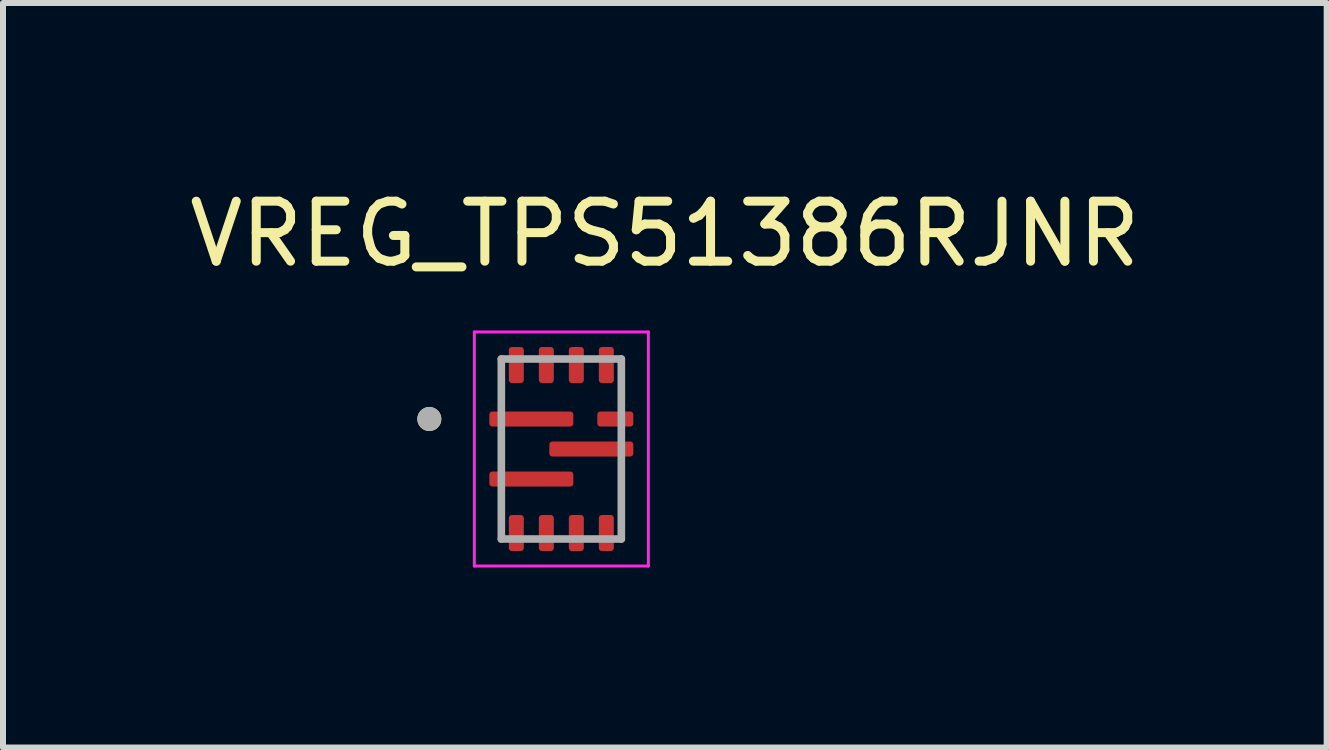
<source format=kicad_pcb>
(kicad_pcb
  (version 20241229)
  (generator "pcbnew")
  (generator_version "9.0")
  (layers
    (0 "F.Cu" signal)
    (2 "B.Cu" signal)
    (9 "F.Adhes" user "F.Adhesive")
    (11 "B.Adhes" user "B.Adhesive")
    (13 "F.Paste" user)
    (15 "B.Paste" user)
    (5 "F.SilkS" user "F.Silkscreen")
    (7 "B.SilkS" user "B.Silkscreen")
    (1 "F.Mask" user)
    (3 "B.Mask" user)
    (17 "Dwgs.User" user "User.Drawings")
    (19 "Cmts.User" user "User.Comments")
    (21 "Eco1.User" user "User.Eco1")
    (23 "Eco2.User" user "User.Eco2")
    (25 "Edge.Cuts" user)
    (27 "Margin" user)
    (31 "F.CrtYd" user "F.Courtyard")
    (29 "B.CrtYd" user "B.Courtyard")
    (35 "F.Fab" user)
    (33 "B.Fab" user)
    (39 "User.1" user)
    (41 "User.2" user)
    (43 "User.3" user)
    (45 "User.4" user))
  (footprint "VREG_TPS51386RJNR"
    (layer "F.Cu")
    (at 6.305 4.433)
    (property "Reference" "VREG_TPS51386RJNR" (at 1.725 -3.585 0) (layer "F.SilkS") (effects (font (size 1 1) (thickness 0.15))))
    (attr smd)
    (fp_poly (pts (xy -0.825 -1.05) (xy -0.83 -1.05) (xy -0.835 -1.051) (xy -0.841 -1.051) (xy -0.846 -1.052) (xy -0.851 -1.053) (xy -0.856 -1.055) (xy -0.861 -1.057) (xy -0.866 -1.059) (xy -0.87 -1.061) (xy -0.875 -1.063) (xy -0.879 -1.066) (xy -0.884 -1.069) (xy -0.888 -1.072) (xy -0.892 -1.076) (xy -0.896 -1.079) (xy -0.899 -1.083) (xy -0.903 -1.087) (xy -0.906 -1.091) (xy -0.909 -1.096) (xy -0.912 -1.1) (xy -0.914 -1.105) (xy -0.916 -1.109) (xy -0.918 -1.114) (xy -0.92 -1.119) (xy -0.922 -1.124) (xy -0.923 -1.129) (xy -0.924 -1.134) (xy -0.924 -1.14) (xy -0.925 -1.145) (xy -0.925 -1.15) (xy -0.925 -1.65) (xy -0.925 -1.655) (xy -0.924 -1.66) (xy -0.924 -1.666) (xy -0.923 -1.671) (xy -0.922 -1.676) (xy -0.92 -1.681) (xy -0.918 -1.686) (xy -0.916 -1.691) (xy -0.914 -1.695) (xy -0.912 -1.7) (xy -0.909 -1.704) (xy -0.906 -1.709) (xy -0.903 -1.713) (xy -0.899 -1.717) (xy -0.896 -1.721) (xy -0.892 -1.724) (xy -0.888 -1.728) (xy -0.884 -1.731) (xy -0.879 -1.734) (xy -0.875 -1.737) (xy -0.87 -1.739) (xy -0.866 -1.741) (xy -0.861 -1.743) (xy -0.856 -1.745) (xy -0.851 -1.747) (xy -0.846 -1.748) (xy -0.841 -1.749) (xy -0.835 -1.749) (xy -0.83 -1.75) (xy -0.825 -1.75) (xy -0.675 -1.75) (xy -0.67 -1.75) (xy -0.665 -1.749) (xy -0.659 -1.749) (xy -0.654 -1.748) (xy -0.649 -1.747) (xy -0.644 -1.745) (xy -0.639 -1.743) (xy -0.634 -1.741) (xy -0.63 -1.739) (xy -0.625 -1.737) (xy -0.621 -1.734) (xy -0.616 -1.731) (xy -0.612 -1.728) (xy -0.608 -1.724) (xy -0.604 -1.721) (xy -0.601 -1.717) (xy -0.597 -1.713) (xy -0.594 -1.709) (xy -0.591 -1.704) (xy -0.588 -1.7) (xy -0.586 -1.695) (xy -0.584 -1.691) (xy -0.582 -1.686) (xy -0.58 -1.681) (xy -0.578 -1.676) (xy -0.577 -1.671) (xy -0.576 -1.666) (xy -0.576 -1.66) (xy -0.575 -1.655) (xy -0.575 -1.65) (xy -0.575 -1.15) (xy -0.575 -1.145) (xy -0.576 -1.14) (xy -0.576 -1.134) (xy -0.577 -1.129) (xy -0.578 -1.124) (xy -0.58 -1.119) (xy -0.582 -1.114) (xy -0.584 -1.109) (xy -0.586 -1.105) (xy -0.588 -1.1) (xy -0.591 -1.096) (xy -0.594 -1.091) (xy -0.597 -1.087) (xy -0.601 -1.083) (xy -0.604 -1.079) (xy -0.608 -1.076) (xy -0.612 -1.072) (xy -0.616 -1.069) (xy -0.621 -1.066) (xy -0.625 -1.063) (xy -0.63 -1.061) (xy -0.634 -1.059) (xy -0.639 -1.057) (xy -0.644 -1.055) (xy -0.649 -1.053) (xy -0.654 -1.052) (xy -0.659 -1.051) (xy -0.665 -1.051) (xy -0.67 -1.05) (xy -0.675 -1.05) (xy -0.825 -1.05)) (stroke (width 0.01) (type solid)) (fill yes) (layer "F.Mask"))
    (fp_poly (pts (xy -0.825 1.75) (xy -0.83 1.75) (xy -0.835 1.749) (xy -0.841 1.749) (xy -0.846 1.748) (xy -0.851 1.747) (xy -0.856 1.745) (xy -0.861 1.743) (xy -0.866 1.741) (xy -0.87 1.739) (xy -0.875 1.737) (xy -0.879 1.734) (xy -0.884 1.731) (xy -0.888 1.728) (xy -0.892 1.724) (xy -0.896 1.721) (xy -0.899 1.717) (xy -0.903 1.713) (xy -0.906 1.709) (xy -0.909 1.704) (xy -0.912 1.7) (xy -0.914 1.695) (xy -0.916 1.691) (xy -0.918 1.686) (xy -0.92 1.681) (xy -0.922 1.676) (xy -0.923 1.671) (xy -0.924 1.666) (xy -0.924 1.66) (xy -0.925 1.655) (xy -0.925 1.65) (xy -0.925 1.15) (xy -0.925 1.145) (xy -0.924 1.14) (xy -0.924 1.134) (xy -0.923 1.129) (xy -0.922 1.124) (xy -0.92 1.119) (xy -0.918 1.114) (xy -0.916 1.109) (xy -0.914 1.105) (xy -0.912 1.1) (xy -0.909 1.096) (xy -0.906 1.091) (xy -0.903 1.087) (xy -0.899 1.083) (xy -0.896 1.079) (xy -0.892 1.076) (xy -0.888 1.072) (xy -0.884 1.069) (xy -0.879 1.066) (xy -0.875 1.063) (xy -0.87 1.061) (xy -0.866 1.059) (xy -0.861 1.057) (xy -0.856 1.055) (xy -0.851 1.053) (xy -0.846 1.052) (xy -0.841 1.051) (xy -0.835 1.051) (xy -0.83 1.05) (xy -0.825 1.05) (xy -0.675 1.05) (xy -0.67 1.05) (xy -0.665 1.051) (xy -0.659 1.051) (xy -0.654 1.052) (xy -0.649 1.053) (xy -0.644 1.055) (xy -0.639 1.057) (xy -0.634 1.059) (xy -0.63 1.061) (xy -0.625 1.063) (xy -0.621 1.066) (xy -0.616 1.069) (xy -0.612 1.072) (xy -0.608 1.076) (xy -0.604 1.079) (xy -0.601 1.083) (xy -0.597 1.087) (xy -0.594 1.091) (xy -0.591 1.096) (xy -0.588 1.1) (xy -0.586 1.105) (xy -0.584 1.109) (xy -0.582 1.114) (xy -0.58 1.119) (xy -0.578 1.124) (xy -0.577 1.129) (xy -0.576 1.134) (xy -0.576 1.14) (xy -0.575 1.145) (xy -0.575 1.15) (xy -0.575 1.65) (xy -0.575 1.655) (xy -0.576 1.66) (xy -0.576 1.666) (xy -0.577 1.671) (xy -0.578 1.676) (xy -0.58 1.681) (xy -0.582 1.686) (xy -0.584 1.691) (xy -0.586 1.695) (xy -0.588 1.7) (xy -0.591 1.704) (xy -0.594 1.709) (xy -0.597 1.713) (xy -0.601 1.717) (xy -0.604 1.721) (xy -0.608 1.724) (xy -0.612 1.728) (xy -0.616 1.731) (xy -0.621 1.734) (xy -0.625 1.737) (xy -0.63 1.739) (xy -0.634 1.741) (xy -0.639 1.743) (xy -0.644 1.745) (xy -0.649 1.747) (xy -0.654 1.748) (xy -0.659 1.749) (xy -0.665 1.749) (xy -0.67 1.75) (xy -0.675 1.75) (xy -0.825 1.75)) (stroke (width 0.01) (type solid)) (fill yes) (layer "F.Mask"))
    (fp_poly (pts (xy -0.325 -1.05) (xy -0.33 -1.05) (xy -0.335 -1.051) (xy -0.341 -1.051) (xy -0.346 -1.052) (xy -0.351 -1.053) (xy -0.356 -1.055) (xy -0.361 -1.057) (xy -0.366 -1.059) (xy -0.37 -1.061) (xy -0.375 -1.063) (xy -0.379 -1.066) (xy -0.384 -1.069) (xy -0.388 -1.072) (xy -0.392 -1.076) (xy -0.396 -1.079) (xy -0.399 -1.083) (xy -0.403 -1.087) (xy -0.406 -1.091) (xy -0.409 -1.096) (xy -0.412 -1.1) (xy -0.414 -1.105) (xy -0.416 -1.109) (xy -0.418 -1.114) (xy -0.42 -1.119) (xy -0.422 -1.124) (xy -0.423 -1.129) (xy -0.424 -1.134) (xy -0.424 -1.14) (xy -0.425 -1.145) (xy -0.425 -1.15) (xy -0.425 -1.65) (xy -0.425 -1.655) (xy -0.424 -1.66) (xy -0.424 -1.666) (xy -0.423 -1.671) (xy -0.422 -1.676) (xy -0.42 -1.681) (xy -0.418 -1.686) (xy -0.416 -1.691) (xy -0.414 -1.695) (xy -0.412 -1.7) (xy -0.409 -1.704) (xy -0.406 -1.709) (xy -0.403 -1.713) (xy -0.399 -1.717) (xy -0.396 -1.721) (xy -0.392 -1.724) (xy -0.388 -1.728) (xy -0.384 -1.731) (xy -0.379 -1.734) (xy -0.375 -1.737) (xy -0.37 -1.739) (xy -0.366 -1.741) (xy -0.361 -1.743) (xy -0.356 -1.745) (xy -0.351 -1.747) (xy -0.346 -1.748) (xy -0.341 -1.749) (xy -0.335 -1.749) (xy -0.33 -1.75) (xy -0.325 -1.75) (xy -0.175 -1.75) (xy -0.17 -1.75) (xy -0.165 -1.749) (xy -0.159 -1.749) (xy -0.154 -1.748) (xy -0.149 -1.747) (xy -0.144 -1.745) (xy -0.139 -1.743) (xy -0.134 -1.741) (xy -0.13 -1.739) (xy -0.125 -1.737) (xy -0.121 -1.734) (xy -0.116 -1.731) (xy -0.112 -1.728) (xy -0.108 -1.724) (xy -0.104 -1.721) (xy -0.101 -1.717) (xy -0.097 -1.713) (xy -0.094 -1.709) (xy -0.091 -1.704) (xy -0.088 -1.7) (xy -0.086 -1.695) (xy -0.084 -1.691) (xy -0.082 -1.686) (xy -0.08 -1.681) (xy -0.078 -1.676) (xy -0.077 -1.671) (xy -0.076 -1.666) (xy -0.076 -1.66) (xy -0.075 -1.655) (xy -0.075 -1.65) (xy -0.075 -1.15) (xy -0.075 -1.145) (xy -0.076 -1.14) (xy -0.076 -1.134) (xy -0.077 -1.129) (xy -0.078 -1.124) (xy -0.08 -1.119) (xy -0.082 -1.114) (xy -0.084 -1.109) (xy -0.086 -1.105) (xy -0.088 -1.1) (xy -0.091 -1.096) (xy -0.094 -1.091) (xy -0.097 -1.087) (xy -0.101 -1.083) (xy -0.104 -1.079) (xy -0.108 -1.076) (xy -0.112 -1.072) (xy -0.116 -1.069) (xy -0.121 -1.066) (xy -0.125 -1.063) (xy -0.13 -1.061) (xy -0.134 -1.059) (xy -0.139 -1.057) (xy -0.144 -1.055) (xy -0.149 -1.053) (xy -0.154 -1.052) (xy -0.159 -1.051) (xy -0.165 -1.051) (xy -0.17 -1.05) (xy -0.175 -1.05) (xy -0.325 -1.05)) (stroke (width 0.01) (type solid)) (fill yes) (layer "F.Mask"))
    (fp_poly (pts (xy -0.325 1.75) (xy -0.33 1.75) (xy -0.335 1.749) (xy -0.341 1.749) (xy -0.346 1.748) (xy -0.351 1.747) (xy -0.356 1.745) (xy -0.361 1.743) (xy -0.366 1.741) (xy -0.37 1.739) (xy -0.375 1.737) (xy -0.379 1.734) (xy -0.384 1.731) (xy -0.388 1.728) (xy -0.392 1.724) (xy -0.396 1.721) (xy -0.399 1.717) (xy -0.403 1.713) (xy -0.406 1.709) (xy -0.409 1.704) (xy -0.412 1.7) (xy -0.414 1.695) (xy -0.416 1.691) (xy -0.418 1.686) (xy -0.42 1.681) (xy -0.422 1.676) (xy -0.423 1.671) (xy -0.424 1.666) (xy -0.424 1.66) (xy -0.425 1.655) (xy -0.425 1.65) (xy -0.425 1.15) (xy -0.425 1.145) (xy -0.424 1.14) (xy -0.424 1.134) (xy -0.423 1.129) (xy -0.422 1.124) (xy -0.42 1.119) (xy -0.418 1.114) (xy -0.416 1.109) (xy -0.414 1.105) (xy -0.412 1.1) (xy -0.409 1.096) (xy -0.406 1.091) (xy -0.403 1.087) (xy -0.399 1.083) (xy -0.396 1.079) (xy -0.392 1.076) (xy -0.388 1.072) (xy -0.384 1.069) (xy -0.379 1.066) (xy -0.375 1.063) (xy -0.37 1.061) (xy -0.366 1.059) (xy -0.361 1.057) (xy -0.356 1.055) (xy -0.351 1.053) (xy -0.346 1.052) (xy -0.341 1.051) (xy -0.335 1.051) (xy -0.33 1.05) (xy -0.325 1.05) (xy -0.175 1.05) (xy -0.17 1.05) (xy -0.165 1.051) (xy -0.159 1.051) (xy -0.154 1.052) (xy -0.149 1.053) (xy -0.144 1.055) (xy -0.139 1.057) (xy -0.134 1.059) (xy -0.13 1.061) (xy -0.125 1.063) (xy -0.121 1.066) (xy -0.116 1.069) (xy -0.112 1.072) (xy -0.108 1.076) (xy -0.104 1.079) (xy -0.101 1.083) (xy -0.097 1.087) (xy -0.094 1.091) (xy -0.091 1.096) (xy -0.088 1.1) (xy -0.086 1.105) (xy -0.084 1.109) (xy -0.082 1.114) (xy -0.08 1.119) (xy -0.078 1.124) (xy -0.077 1.129) (xy -0.076 1.134) (xy -0.076 1.14) (xy -0.075 1.145) (xy -0.075 1.15) (xy -0.075 1.65) (xy -0.075 1.655) (xy -0.076 1.66) (xy -0.076 1.666) (xy -0.077 1.671) (xy -0.078 1.676) (xy -0.08 1.681) (xy -0.082 1.686) (xy -0.084 1.691) (xy -0.086 1.695) (xy -0.088 1.7) (xy -0.091 1.704) (xy -0.094 1.709) (xy -0.097 1.713) (xy -0.101 1.717) (xy -0.104 1.721) (xy -0.108 1.724) (xy -0.112 1.728) (xy -0.116 1.731) (xy -0.121 1.734) (xy -0.125 1.737) (xy -0.13 1.739) (xy -0.134 1.741) (xy -0.139 1.743) (xy -0.144 1.745) (xy -0.149 1.747) (xy -0.154 1.748) (xy -0.159 1.749) (xy -0.165 1.749) (xy -0.17 1.75) (xy -0.175 1.75) (xy -0.325 1.75)) (stroke (width 0.01) (type solid)) (fill yes) (layer "F.Mask"))
    (fp_poly (pts (xy 0.175 -1.05) (xy 0.17 -1.05) (xy 0.165 -1.051) (xy 0.159 -1.051) (xy 0.154 -1.052) (xy 0.149 -1.053) (xy 0.144 -1.055) (xy 0.139 -1.057) (xy 0.134 -1.059) (xy 0.13 -1.061) (xy 0.125 -1.063) (xy 0.121 -1.066) (xy 0.116 -1.069) (xy 0.112 -1.072) (xy 0.108 -1.076) (xy 0.104 -1.079) (xy 0.101 -1.083) (xy 0.097 -1.087) (xy 0.094 -1.091) (xy 0.091 -1.096) (xy 0.088 -1.1) (xy 0.086 -1.105) (xy 0.084 -1.109) (xy 0.082 -1.114) (xy 0.08 -1.119) (xy 0.078 -1.124) (xy 0.077 -1.129) (xy 0.076 -1.134) (xy 0.076 -1.14) (xy 0.075 -1.145) (xy 0.075 -1.15) (xy 0.075 -1.65) (xy 0.075 -1.655) (xy 0.076 -1.66) (xy 0.076 -1.666) (xy 0.077 -1.671) (xy 0.078 -1.676) (xy 0.08 -1.681) (xy 0.082 -1.686) (xy 0.084 -1.691) (xy 0.086 -1.695) (xy 0.088 -1.7) (xy 0.091 -1.704) (xy 0.094 -1.709) (xy 0.097 -1.713) (xy 0.101 -1.717) (xy 0.104 -1.721) (xy 0.108 -1.724) (xy 0.112 -1.728) (xy 0.116 -1.731) (xy 0.121 -1.734) (xy 0.125 -1.737) (xy 0.13 -1.739) (xy 0.134 -1.741) (xy 0.139 -1.743) (xy 0.144 -1.745) (xy 0.149 -1.747) (xy 0.154 -1.748) (xy 0.159 -1.749) (xy 0.165 -1.749) (xy 0.17 -1.75) (xy 0.175 -1.75) (xy 0.325 -1.75) (xy 0.33 -1.75) (xy 0.335 -1.749) (xy 0.341 -1.749) (xy 0.346 -1.748) (xy 0.351 -1.747) (xy 0.356 -1.745) (xy 0.361 -1.743) (xy 0.366 -1.741) (xy 0.37 -1.739) (xy 0.375 -1.737) (xy 0.379 -1.734) (xy 0.384 -1.731) (xy 0.388 -1.728) (xy 0.392 -1.724) (xy 0.396 -1.721) (xy 0.399 -1.717) (xy 0.403 -1.713) (xy 0.406 -1.709) (xy 0.409 -1.704) (xy 0.412 -1.7) (xy 0.414 -1.695) (xy 0.416 -1.691) (xy 0.418 -1.686) (xy 0.42 -1.681) (xy 0.422 -1.676) (xy 0.423 -1.671) (xy 0.424 -1.666) (xy 0.424 -1.66) (xy 0.425 -1.655) (xy 0.425 -1.65) (xy 0.425 -1.15) (xy 0.425 -1.145) (xy 0.424 -1.14) (xy 0.424 -1.134) (xy 0.423 -1.129) (xy 0.422 -1.124) (xy 0.42 -1.119) (xy 0.418 -1.114) (xy 0.416 -1.109) (xy 0.414 -1.105) (xy 0.412 -1.1) (xy 0.409 -1.096) (xy 0.406 -1.091) (xy 0.403 -1.087) (xy 0.399 -1.083) (xy 0.396 -1.079) (xy 0.392 -1.076) (xy 0.388 -1.072) (xy 0.384 -1.069) (xy 0.379 -1.066) (xy 0.375 -1.063) (xy 0.37 -1.061) (xy 0.366 -1.059) (xy 0.361 -1.057) (xy 0.356 -1.055) (xy 0.351 -1.053) (xy 0.346 -1.052) (xy 0.341 -1.051) (xy 0.335 -1.051) (xy 0.33 -1.05) (xy 0.325 -1.05) (xy 0.175 -1.05)) (stroke (width 0.01) (type solid)) (fill yes) (layer "F.Mask"))
    (fp_poly (pts (xy 0.175 1.75) (xy 0.17 1.75) (xy 0.165 1.749) (xy 0.159 1.749) (xy 0.154 1.748) (xy 0.149 1.747) (xy 0.144 1.745) (xy 0.139 1.743) (xy 0.134 1.741) (xy 0.13 1.739) (xy 0.125 1.737) (xy 0.121 1.734) (xy 0.116 1.731) (xy 0.112 1.728) (xy 0.108 1.724) (xy 0.104 1.721) (xy 0.101 1.717) (xy 0.097 1.713) (xy 0.094 1.709) (xy 0.091 1.704) (xy 0.088 1.7) (xy 0.086 1.695) (xy 0.084 1.691) (xy 0.082 1.686) (xy 0.08 1.681) (xy 0.078 1.676) (xy 0.077 1.671) (xy 0.076 1.666) (xy 0.076 1.66) (xy 0.075 1.655) (xy 0.075 1.65) (xy 0.075 1.15) (xy 0.075 1.145) (xy 0.076 1.14) (xy 0.076 1.134) (xy 0.077 1.129) (xy 0.078 1.124) (xy 0.08 1.119) (xy 0.082 1.114) (xy 0.084 1.109) (xy 0.086 1.105) (xy 0.088 1.1) (xy 0.091 1.096) (xy 0.094 1.091) (xy 0.097 1.087) (xy 0.101 1.083) (xy 0.104 1.079) (xy 0.108 1.076) (xy 0.112 1.072) (xy 0.116 1.069) (xy 0.121 1.066) (xy 0.125 1.063) (xy 0.13 1.061) (xy 0.134 1.059) (xy 0.139 1.057) (xy 0.144 1.055) (xy 0.149 1.053) (xy 0.154 1.052) (xy 0.159 1.051) (xy 0.165 1.051) (xy 0.17 1.05) (xy 0.175 1.05) (xy 0.325 1.05) (xy 0.33 1.05) (xy 0.335 1.051) (xy 0.341 1.051) (xy 0.346 1.052) (xy 0.351 1.053) (xy 0.356 1.055) (xy 0.361 1.057) (xy 0.366 1.059) (xy 0.37 1.061) (xy 0.375 1.063) (xy 0.379 1.066) (xy 0.384 1.069) (xy 0.388 1.072) (xy 0.392 1.076) (xy 0.396 1.079) (xy 0.399 1.083) (xy 0.403 1.087) (xy 0.406 1.091) (xy 0.409 1.096) (xy 0.412 1.1) (xy 0.414 1.105) (xy 0.416 1.109) (xy 0.418 1.114) (xy 0.42 1.119) (xy 0.422 1.124) (xy 0.423 1.129) (xy 0.424 1.134) (xy 0.424 1.14) (xy 0.425 1.145) (xy 0.425 1.15) (xy 0.425 1.65) (xy 0.425 1.655) (xy 0.424 1.66) (xy 0.424 1.666) (xy 0.423 1.671) (xy 0.422 1.676) (xy 0.42 1.681) (xy 0.418 1.686) (xy 0.416 1.691) (xy 0.414 1.695) (xy 0.412 1.7) (xy 0.409 1.704) (xy 0.406 1.709) (xy 0.403 1.713) (xy 0.399 1.717) (xy 0.396 1.721) (xy 0.392 1.724) (xy 0.388 1.728) (xy 0.384 1.731) (xy 0.379 1.734) (xy 0.375 1.737) (xy 0.37 1.739) (xy 0.366 1.741) (xy 0.361 1.743) (xy 0.356 1.745) (xy 0.351 1.747) (xy 0.346 1.748) (xy 0.341 1.749) (xy 0.335 1.749) (xy 0.33 1.75) (xy 0.325 1.75) (xy 0.175 1.75)) (stroke (width 0.01) (type solid)) (fill yes) (layer "F.Mask"))
    (fp_poly (pts (xy 0.25 -0.575) (xy 0.25 -0.425) (xy 0.25 -0.42) (xy 0.249 -0.415) (xy 0.249 -0.409) (xy 0.248 -0.404) (xy 0.247 -0.399) (xy 0.245 -0.394) (xy 0.243 -0.389) (xy 0.241 -0.384) (xy 0.239 -0.38) (xy 0.237 -0.375) (xy 0.234 -0.371) (xy 0.231 -0.366) (xy 0.228 -0.362) (xy 0.224 -0.358) (xy 0.221 -0.354) (xy 0.217 -0.351) (xy 0.213 -0.347) (xy 0.209 -0.344) (xy 0.204 -0.341) (xy 0.2 -0.338) (xy 0.195 -0.336) (xy 0.191 -0.334) (xy 0.186 -0.332) (xy 0.181 -0.33) (xy 0.176 -0.328) (xy 0.171 -0.327) (xy 0.166 -0.326) (xy 0.16 -0.326) (xy 0.155 -0.325) (xy 0.15 -0.325) (xy -1.15 -0.325) (xy -1.155 -0.325) (xy -1.16 -0.326) (xy -1.166 -0.326) (xy -1.171 -0.327) (xy -1.176 -0.328) (xy -1.181 -0.33) (xy -1.186 -0.332) (xy -1.191 -0.334) (xy -1.195 -0.336) (xy -1.2 -0.338) (xy -1.204 -0.341) (xy -1.209 -0.344) (xy -1.213 -0.347) (xy -1.217 -0.351) (xy -1.221 -0.354) (xy -1.224 -0.358) (xy -1.228 -0.362) (xy -1.231 -0.366) (xy -1.234 -0.371) (xy -1.237 -0.375) (xy -1.239 -0.38) (xy -1.241 -0.384) (xy -1.243 -0.389) (xy -1.245 -0.394) (xy -1.247 -0.399) (xy -1.248 -0.404) (xy -1.249 -0.409) (xy -1.249 -0.415) (xy -1.25 -0.42) (xy -1.25 -0.425) (xy -1.25 -0.575) (xy -1.25 -0.58) (xy -1.249 -0.585) (xy -1.249 -0.591) (xy -1.248 -0.596) (xy -1.247 -0.601) (xy -1.245 -0.606) (xy -1.243 -0.611) (xy -1.241 -0.616) (xy -1.239 -0.62) (xy -1.237 -0.625) (xy -1.234 -0.629) (xy -1.231 -0.634) (xy -1.228 -0.638) (xy -1.224 -0.642) (xy -1.221 -0.646) (xy -1.217 -0.649) (xy -1.213 -0.653) (xy -1.209 -0.656) (xy -1.204 -0.659) (xy -1.2 -0.662) (xy -1.195 -0.664) (xy -1.191 -0.666) (xy -1.186 -0.668) (xy -1.181 -0.67) (xy -1.176 -0.672) (xy -1.171 -0.673) (xy -1.166 -0.674) (xy -1.16 -0.674) (xy -1.155 -0.675) (xy -1.15 -0.675) (xy 0.15 -0.675) (xy 0.155 -0.675) (xy 0.16 -0.674) (xy 0.166 -0.674) (xy 0.171 -0.673) (xy 0.176 -0.672) (xy 0.181 -0.67) (xy 0.186 -0.668) (xy 0.191 -0.666) (xy 0.195 -0.664) (xy 0.2 -0.662) (xy 0.204 -0.659) (xy 0.209 -0.656) (xy 0.213 -0.653) (xy 0.217 -0.649) (xy 0.221 -0.646) (xy 0.224 -0.642) (xy 0.228 -0.638) (xy 0.231 -0.634) (xy 0.234 -0.629) (xy 0.237 -0.625) (xy 0.239 -0.62) (xy 0.241 -0.616) (xy 0.243 -0.611) (xy 0.245 -0.606) (xy 0.247 -0.601) (xy 0.248 -0.596) (xy 0.249 -0.591) (xy 0.249 -0.585) (xy 0.25 -0.58) (xy 0.25 -0.575)) (stroke (width 0.01) (type solid)) (fill yes) (layer "F.Mask"))
    (fp_poly (pts (xy 0.25 0.425) (xy 0.25 0.575) (xy 0.25 0.58) (xy 0.249 0.585) (xy 0.249 0.591) (xy 0.248 0.596) (xy 0.247 0.601) (xy 0.245 0.606) (xy 0.243 0.611) (xy 0.241 0.616) (xy 0.239 0.62) (xy 0.237 0.625) (xy 0.234 0.629) (xy 0.231 0.634) (xy 0.228 0.638) (xy 0.224 0.642) (xy 0.221 0.646) (xy 0.217 0.649) (xy 0.213 0.653) (xy 0.209 0.656) (xy 0.204 0.659) (xy 0.2 0.662) (xy 0.195 0.664) (xy 0.191 0.666) (xy 0.186 0.668) (xy 0.181 0.67) (xy 0.176 0.672) (xy 0.171 0.673) (xy 0.166 0.674) (xy 0.16 0.674) (xy 0.155 0.675) (xy 0.15 0.675) (xy -1.15 0.675) (xy -1.155 0.675) (xy -1.16 0.674) (xy -1.166 0.674) (xy -1.171 0.673) (xy -1.176 0.672) (xy -1.181 0.67) (xy -1.186 0.668) (xy -1.191 0.666) (xy -1.195 0.664) (xy -1.2 0.662) (xy -1.204 0.659) (xy -1.209 0.656) (xy -1.213 0.653) (xy -1.217 0.649) (xy -1.221 0.646) (xy -1.224 0.642) (xy -1.228 0.638) (xy -1.231 0.634) (xy -1.234 0.629) (xy -1.237 0.625) (xy -1.239 0.62) (xy -1.241 0.616) (xy -1.243 0.611) (xy -1.245 0.606) (xy -1.247 0.601) (xy -1.248 0.596) (xy -1.249 0.591) (xy -1.249 0.585) (xy -1.25 0.58) (xy -1.25 0.575) (xy -1.25 0.425) (xy -1.25 0.42) (xy -1.249 0.415) (xy -1.249 0.409) (xy -1.248 0.404) (xy -1.247 0.399) (xy -1.245 0.394) (xy -1.243 0.389) (xy -1.241 0.384) (xy -1.239 0.38) (xy -1.237 0.375) (xy -1.234 0.371) (xy -1.231 0.366) (xy -1.228 0.362) (xy -1.224 0.358) (xy -1.221 0.354) (xy -1.217 0.351) (xy -1.213 0.347) (xy -1.209 0.344) (xy -1.204 0.341) (xy -1.2 0.338) (xy -1.195 0.336) (xy -1.191 0.334) (xy -1.186 0.332) (xy -1.181 0.33) (xy -1.176 0.328) (xy -1.171 0.327) (xy -1.166 0.326) (xy -1.16 0.326) (xy -1.155 0.325) (xy -1.15 0.325) (xy 0.15 0.325) (xy 0.155 0.325) (xy 0.16 0.326) (xy 0.166 0.326) (xy 0.171 0.327) (xy 0.176 0.328) (xy 0.181 0.33) (xy 0.186 0.332) (xy 0.191 0.334) (xy 0.195 0.336) (xy 0.2 0.338) (xy 0.204 0.341) (xy 0.209 0.344) (xy 0.213 0.347) (xy 0.217 0.351) (xy 0.221 0.354) (xy 0.224 0.358) (xy 0.228 0.362) (xy 0.231 0.366) (xy 0.234 0.371) (xy 0.237 0.375) (xy 0.239 0.38) (xy 0.241 0.384) (xy 0.243 0.389) (xy 0.245 0.394) (xy 0.247 0.399) (xy 0.248 0.404) (xy 0.249 0.409) (xy 0.249 0.415) (xy 0.25 0.42) (xy 0.25 0.425)) (stroke (width 0.01) (type solid)) (fill yes) (layer "F.Mask"))
    (fp_poly (pts (xy 0.65 -0.325) (xy 0.645 -0.325) (xy 0.64 -0.326) (xy 0.634 -0.326) (xy 0.629 -0.327) (xy 0.624 -0.328) (xy 0.619 -0.33) (xy 0.614 -0.332) (xy 0.609 -0.334) (xy 0.605 -0.336) (xy 0.6 -0.338) (xy 0.596 -0.341) (xy 0.591 -0.344) (xy 0.587 -0.347) (xy 0.583 -0.351) (xy 0.579 -0.354) (xy 0.576 -0.358) (xy 0.572 -0.362) (xy 0.569 -0.366) (xy 0.566 -0.371) (xy 0.563 -0.375) (xy 0.561 -0.38) (xy 0.559 -0.384) (xy 0.557 -0.389) (xy 0.555 -0.394) (xy 0.553 -0.399) (xy 0.552 -0.404) (xy 0.551 -0.409) (xy 0.551 -0.415) (xy 0.55 -0.42) (xy 0.55 -0.425) (xy 0.55 -0.575) (xy 0.55 -0.58) (xy 0.551 -0.585) (xy 0.551 -0.591) (xy 0.552 -0.596) (xy 0.553 -0.601) (xy 0.555 -0.606) (xy 0.557 -0.611) (xy 0.559 -0.616) (xy 0.561 -0.62) (xy 0.563 -0.625) (xy 0.566 -0.629) (xy 0.569 -0.634) (xy 0.572 -0.638) (xy 0.576 -0.642) (xy 0.579 -0.646) (xy 0.583 -0.649) (xy 0.587 -0.653) (xy 0.591 -0.656) (xy 0.596 -0.659) (xy 0.6 -0.662) (xy 0.605 -0.664) (xy 0.609 -0.666) (xy 0.614 -0.668) (xy 0.619 -0.67) (xy 0.624 -0.672) (xy 0.629 -0.673) (xy 0.634 -0.674) (xy 0.64 -0.674) (xy 0.645 -0.675) (xy 0.65 -0.675) (xy 1.15 -0.675) (xy 1.155 -0.675) (xy 1.16 -0.674) (xy 1.166 -0.674) (xy 1.171 -0.673) (xy 1.176 -0.672) (xy 1.181 -0.67) (xy 1.186 -0.668) (xy 1.191 -0.666) (xy 1.195 -0.664) (xy 1.2 -0.662) (xy 1.204 -0.659) (xy 1.209 -0.656) (xy 1.213 -0.653) (xy 1.217 -0.649) (xy 1.221 -0.646) (xy 1.224 -0.642) (xy 1.228 -0.638) (xy 1.231 -0.634) (xy 1.234 -0.629) (xy 1.237 -0.625) (xy 1.239 -0.62) (xy 1.241 -0.616) (xy 1.243 -0.611) (xy 1.245 -0.606) (xy 1.247 -0.601) (xy 1.248 -0.596) (xy 1.249 -0.591) (xy 1.249 -0.585) (xy 1.25 -0.58) (xy 1.25 -0.575) (xy 1.25 -0.425) (xy 1.25 -0.42) (xy 1.249 -0.415) (xy 1.249 -0.409) (xy 1.248 -0.404) (xy 1.247 -0.399) (xy 1.245 -0.394) (xy 1.243 -0.389) (xy 1.241 -0.384) (xy 1.239 -0.38) (xy 1.237 -0.375) (xy 1.234 -0.371) (xy 1.231 -0.366) (xy 1.228 -0.362) (xy 1.224 -0.358) (xy 1.221 -0.354) (xy 1.217 -0.351) (xy 1.213 -0.347) (xy 1.209 -0.344) (xy 1.204 -0.341) (xy 1.2 -0.338) (xy 1.195 -0.336) (xy 1.191 -0.334) (xy 1.186 -0.332) (xy 1.181 -0.33) (xy 1.176 -0.328) (xy 1.171 -0.327) (xy 1.166 -0.326) (xy 1.16 -0.326) (xy 1.155 -0.325) (xy 1.15 -0.325) (xy 0.65 -0.325)) (stroke (width 0.01) (type solid)) (fill yes) (layer "F.Mask"))
    (fp_poly (pts (xy 0.675 -1.05) (xy 0.67 -1.05) (xy 0.665 -1.051) (xy 0.659 -1.051) (xy 0.654 -1.052) (xy 0.649 -1.053) (xy 0.644 -1.055) (xy 0.639 -1.057) (xy 0.634 -1.059) (xy 0.63 -1.061) (xy 0.625 -1.063) (xy 0.621 -1.066) (xy 0.616 -1.069) (xy 0.612 -1.072) (xy 0.608 -1.076) (xy 0.604 -1.079) (xy 0.601 -1.083) (xy 0.597 -1.087) (xy 0.594 -1.091) (xy 0.591 -1.096) (xy 0.588 -1.1) (xy 0.586 -1.105) (xy 0.584 -1.109) (xy 0.582 -1.114) (xy 0.58 -1.119) (xy 0.578 -1.124) (xy 0.577 -1.129) (xy 0.576 -1.134) (xy 0.576 -1.14) (xy 0.575 -1.145) (xy 0.575 -1.15) (xy 0.575 -1.65) (xy 0.575 -1.655) (xy 0.576 -1.66) (xy 0.576 -1.666) (xy 0.577 -1.671) (xy 0.578 -1.676) (xy 0.58 -1.681) (xy 0.582 -1.686) (xy 0.584 -1.691) (xy 0.586 -1.695) (xy 0.588 -1.7) (xy 0.591 -1.704) (xy 0.594 -1.709) (xy 0.597 -1.713) (xy 0.601 -1.717) (xy 0.604 -1.721) (xy 0.608 -1.724) (xy 0.612 -1.728) (xy 0.616 -1.731) (xy 0.621 -1.734) (xy 0.625 -1.737) (xy 0.63 -1.739) (xy 0.634 -1.741) (xy 0.639 -1.743) (xy 0.644 -1.745) (xy 0.649 -1.747) (xy 0.654 -1.748) (xy 0.659 -1.749) (xy 0.665 -1.749) (xy 0.67 -1.75) (xy 0.675 -1.75) (xy 0.825 -1.75) (xy 0.83 -1.75) (xy 0.835 -1.749) (xy 0.841 -1.749) (xy 0.846 -1.748) (xy 0.851 -1.747) (xy 0.856 -1.745) (xy 0.861 -1.743) (xy 0.866 -1.741) (xy 0.87 -1.739) (xy 0.875 -1.737) (xy 0.879 -1.734) (xy 0.884 -1.731) (xy 0.888 -1.728) (xy 0.892 -1.724) (xy 0.896 -1.721) (xy 0.899 -1.717) (xy 0.903 -1.713) (xy 0.906 -1.709) (xy 0.909 -1.704) (xy 0.912 -1.7) (xy 0.914 -1.695) (xy 0.916 -1.691) (xy 0.918 -1.686) (xy 0.92 -1.681) (xy 0.922 -1.676) (xy 0.923 -1.671) (xy 0.924 -1.666) (xy 0.924 -1.66) (xy 0.925 -1.655) (xy 0.925 -1.65) (xy 0.925 -1.15) (xy 0.925 -1.145) (xy 0.924 -1.14) (xy 0.924 -1.134) (xy 0.923 -1.129) (xy 0.922 -1.124) (xy 0.92 -1.119) (xy 0.918 -1.114) (xy 0.916 -1.109) (xy 0.914 -1.105) (xy 0.912 -1.1) (xy 0.909 -1.096) (xy 0.906 -1.091) (xy 0.903 -1.087) (xy 0.899 -1.083) (xy 0.896 -1.079) (xy 0.892 -1.076) (xy 0.888 -1.072) (xy 0.884 -1.069) (xy 0.879 -1.066) (xy 0.875 -1.063) (xy 0.87 -1.061) (xy 0.866 -1.059) (xy 0.861 -1.057) (xy 0.856 -1.055) (xy 0.851 -1.053) (xy 0.846 -1.052) (xy 0.841 -1.051) (xy 0.835 -1.051) (xy 0.83 -1.05) (xy 0.825 -1.05) (xy 0.675 -1.05)) (stroke (width 0.01) (type solid)) (fill yes) (layer "F.Mask"))
    (fp_poly (pts (xy 0.675 1.75) (xy 0.67 1.75) (xy 0.665 1.749) (xy 0.659 1.749) (xy 0.654 1.748) (xy 0.649 1.747) (xy 0.644 1.745) (xy 0.639 1.743) (xy 0.634 1.741) (xy 0.63 1.739) (xy 0.625 1.737) (xy 0.621 1.734) (xy 0.616 1.731) (xy 0.612 1.728) (xy 0.608 1.724) (xy 0.604 1.721) (xy 0.601 1.717) (xy 0.597 1.713) (xy 0.594 1.709) (xy 0.591 1.704) (xy 0.588 1.7) (xy 0.586 1.695) (xy 0.584 1.691) (xy 0.582 1.686) (xy 0.58 1.681) (xy 0.578 1.676) (xy 0.577 1.671) (xy 0.576 1.666) (xy 0.576 1.66) (xy 0.575 1.655) (xy 0.575 1.65) (xy 0.575 1.15) (xy 0.575 1.145) (xy 0.576 1.14) (xy 0.576 1.134) (xy 0.577 1.129) (xy 0.578 1.124) (xy 0.58 1.119) (xy 0.582 1.114) (xy 0.584 1.109) (xy 0.586 1.105) (xy 0.588 1.1) (xy 0.591 1.096) (xy 0.594 1.091) (xy 0.597 1.087) (xy 0.601 1.083) (xy 0.604 1.079) (xy 0.608 1.076) (xy 0.612 1.072) (xy 0.616 1.069) (xy 0.621 1.066) (xy 0.625 1.063) (xy 0.63 1.061) (xy 0.634 1.059) (xy 0.639 1.057) (xy 0.644 1.055) (xy 0.649 1.053) (xy 0.654 1.052) (xy 0.659 1.051) (xy 0.665 1.051) (xy 0.67 1.05) (xy 0.675 1.05) (xy 0.825 1.05) (xy 0.83 1.05) (xy 0.835 1.051) (xy 0.841 1.051) (xy 0.846 1.052) (xy 0.851 1.053) (xy 0.856 1.055) (xy 0.861 1.057) (xy 0.866 1.059) (xy 0.87 1.061) (xy 0.875 1.063) (xy 0.879 1.066) (xy 0.884 1.069) (xy 0.888 1.072) (xy 0.892 1.076) (xy 0.896 1.079) (xy 0.899 1.083) (xy 0.903 1.087) (xy 0.906 1.091) (xy 0.909 1.096) (xy 0.912 1.1) (xy 0.914 1.105) (xy 0.916 1.109) (xy 0.918 1.114) (xy 0.92 1.119) (xy 0.922 1.124) (xy 0.923 1.129) (xy 0.924 1.134) (xy 0.924 1.14) (xy 0.925 1.145) (xy 0.925 1.15) (xy 0.925 1.65) (xy 0.925 1.655) (xy 0.924 1.66) (xy 0.924 1.666) (xy 0.923 1.671) (xy 0.922 1.676) (xy 0.92 1.681) (xy 0.918 1.686) (xy 0.916 1.691) (xy 0.914 1.695) (xy 0.912 1.7) (xy 0.909 1.704) (xy 0.906 1.709) (xy 0.903 1.713) (xy 0.899 1.717) (xy 0.896 1.721) (xy 0.892 1.724) (xy 0.888 1.728) (xy 0.884 1.731) (xy 0.879 1.734) (xy 0.875 1.737) (xy 0.87 1.739) (xy 0.866 1.741) (xy 0.861 1.743) (xy 0.856 1.745) (xy 0.851 1.747) (xy 0.846 1.748) (xy 0.841 1.749) (xy 0.835 1.749) (xy 0.83 1.75) (xy 0.825 1.75) (xy 0.675 1.75)) (stroke (width 0.01) (type solid)) (fill yes) (layer "F.Mask"))
    (fp_poly (pts (xy 1.25 -0.075) (xy 1.25 0.075) (xy 1.25 0.08) (xy 1.249 0.085) (xy 1.249 0.091) (xy 1.248 0.096) (xy 1.247 0.101) (xy 1.245 0.106) (xy 1.243 0.111) (xy 1.241 0.116) (xy 1.239 0.12) (xy 1.237 0.125) (xy 1.234 0.129) (xy 1.231 0.134) (xy 1.228 0.138) (xy 1.224 0.142) (xy 1.221 0.146) (xy 1.217 0.149) (xy 1.213 0.153) (xy 1.209 0.156) (xy 1.204 0.159) (xy 1.2 0.162) (xy 1.195 0.164) (xy 1.191 0.166) (xy 1.186 0.168) (xy 1.181 0.17) (xy 1.176 0.172) (xy 1.171 0.173) (xy 1.166 0.174) (xy 1.16 0.174) (xy 1.155 0.175) (xy 1.15 0.175) (xy -0.15 0.175) (xy -0.155 0.175) (xy -0.16 0.174) (xy -0.166 0.174) (xy -0.171 0.173) (xy -0.176 0.172) (xy -0.181 0.17) (xy -0.186 0.168) (xy -0.191 0.166) (xy -0.195 0.164) (xy -0.2 0.162) (xy -0.204 0.159) (xy -0.209 0.156) (xy -0.213 0.153) (xy -0.217 0.149) (xy -0.221 0.146) (xy -0.224 0.142) (xy -0.228 0.138) (xy -0.231 0.134) (xy -0.234 0.129) (xy -0.237 0.125) (xy -0.239 0.12) (xy -0.241 0.116) (xy -0.243 0.111) (xy -0.245 0.106) (xy -0.247 0.101) (xy -0.248 0.096) (xy -0.249 0.091) (xy -0.249 0.085) (xy -0.25 0.08) (xy -0.25 0.075) (xy -0.25 -0.075) (xy -0.25 -0.08) (xy -0.249 -0.085) (xy -0.249 -0.091) (xy -0.248 -0.096) (xy -0.247 -0.101) (xy -0.245 -0.106) (xy -0.243 -0.111) (xy -0.241 -0.116) (xy -0.239 -0.12) (xy -0.237 -0.125) (xy -0.234 -0.129) (xy -0.231 -0.134) (xy -0.228 -0.138) (xy -0.224 -0.142) (xy -0.221 -0.146) (xy -0.217 -0.149) (xy -0.213 -0.153) (xy -0.209 -0.156) (xy -0.204 -0.159) (xy -0.2 -0.162) (xy -0.195 -0.164) (xy -0.191 -0.166) (xy -0.186 -0.168) (xy -0.181 -0.17) (xy -0.176 -0.172) (xy -0.171 -0.173) (xy -0.166 -0.174) (xy -0.16 -0.174) (xy -0.155 -0.175) (xy -0.15 -0.175) (xy 1.15 -0.175) (xy 1.155 -0.175) (xy 1.16 -0.174) (xy 1.166 -0.174) (xy 1.171 -0.173) (xy 1.176 -0.172) (xy 1.181 -0.17) (xy 1.186 -0.168) (xy 1.191 -0.166) (xy 1.195 -0.164) (xy 1.2 -0.162) (xy 1.204 -0.159) (xy 1.209 -0.156) (xy 1.213 -0.153) (xy 1.217 -0.149) (xy 1.221 -0.146) (xy 1.224 -0.142) (xy 1.228 -0.138) (xy 1.231 -0.134) (xy 1.234 -0.129) (xy 1.237 -0.125) (xy 1.239 -0.12) (xy 1.241 -0.116) (xy 1.243 -0.111) (xy 1.245 -0.106) (xy 1.247 -0.101) (xy 1.248 -0.096) (xy 1.249 -0.091) (xy 1.249 -0.085) (xy 1.25 -0.08) (xy 1.25 -0.075)) (stroke (width 0.01) (type solid)) (fill yes) (layer "F.Mask"))
    (fp_circle (center -2.2 -0.5) (end -2.1 -0.5) (stroke (width 0.2) (type solid)) (fill no) (layer "F.SilkS"))
    (fp_poly (pts (xy -1.15 -0.375) (xy -1.153 -0.375) (xy -1.155 -0.375) (xy -1.158 -0.376) (xy -1.16 -0.376) (xy -1.163 -0.377) (xy -1.165 -0.377) (xy -1.168 -0.378) (xy -1.17 -0.379) (xy -1.173 -0.38) (xy -1.175 -0.382) (xy -1.177 -0.383) (xy -1.179 -0.385) (xy -1.181 -0.386) (xy -1.183 -0.388) (xy -1.185 -0.39) (xy -1.187 -0.392) (xy -1.189 -0.394) (xy -1.19 -0.396) (xy -1.192 -0.398) (xy -1.193 -0.4) (xy -1.195 -0.402) (xy -1.196 -0.405) (xy -1.197 -0.407) (xy -1.198 -0.41) (xy -1.198 -0.412) (xy -1.199 -0.415) (xy -1.199 -0.417) (xy -1.2 -0.42) (xy -1.2 -0.422) (xy -1.2 -0.425) (xy -1.2 -0.575) (xy -1.2 -0.578) (xy -1.2 -0.58) (xy -1.199 -0.583) (xy -1.199 -0.585) (xy -1.198 -0.588) (xy -1.198 -0.59) (xy -1.197 -0.593) (xy -1.196 -0.595) (xy -1.195 -0.598) (xy -1.193 -0.6) (xy -1.192 -0.602) (xy -1.19 -0.604) (xy -1.189 -0.606) (xy -1.187 -0.608) (xy -1.185 -0.61) (xy -1.183 -0.612) (xy -1.181 -0.614) (xy -1.179 -0.615) (xy -1.177 -0.617) (xy -1.175 -0.618) (xy -1.173 -0.62) (xy -1.17 -0.621) (xy -1.168 -0.622) (xy -1.165 -0.623) (xy -1.163 -0.623) (xy -1.16 -0.624) (xy -1.158 -0.624) (xy -1.155 -0.625) (xy -1.153 -0.625) (xy -1.15 -0.625) (xy -0.65 -0.625) (xy -0.647 -0.625) (xy -0.645 -0.625) (xy -0.642 -0.624) (xy -0.64 -0.624) (xy -0.637 -0.623) (xy -0.635 -0.623) (xy -0.632 -0.622) (xy -0.63 -0.621) (xy -0.627 -0.62) (xy -0.625 -0.618) (xy -0.623 -0.617) (xy -0.621 -0.615) (xy -0.619 -0.614) (xy -0.617 -0.612) (xy -0.615 -0.61) (xy -0.613 -0.608) (xy -0.611 -0.606) (xy -0.61 -0.604) (xy -0.608 -0.602) (xy -0.607 -0.6) (xy -0.605 -0.598) (xy -0.604 -0.595) (xy -0.603 -0.593) (xy -0.602 -0.59) (xy -0.602 -0.588) (xy -0.601 -0.585) (xy -0.601 -0.583) (xy -0.6 -0.58) (xy -0.6 -0.578) (xy -0.6 -0.575) (xy -0.6 -0.425) (xy -0.6 -0.422) (xy -0.6 -0.42) (xy -0.601 -0.417) (xy -0.601 -0.415) (xy -0.602 -0.412) (xy -0.602 -0.41) (xy -0.603 -0.407) (xy -0.604 -0.405) (xy -0.605 -0.402) (xy -0.607 -0.4) (xy -0.608 -0.398) (xy -0.61 -0.396) (xy -0.611 -0.394) (xy -0.613 -0.392) (xy -0.615 -0.39) (xy -0.617 -0.388) (xy -0.619 -0.386) (xy -0.621 -0.385) (xy -0.623 -0.383) (xy -0.625 -0.382) (xy -0.627 -0.38) (xy -0.63 -0.379) (xy -0.632 -0.378) (xy -0.635 -0.377) (xy -0.637 -0.377) (xy -0.64 -0.376) (xy -0.642 -0.376) (xy -0.645 -0.375) (xy -0.647 -0.375) (xy -0.65 -0.375) (xy -1.15 -0.375)) (stroke (width 0.01) (type solid)) (fill yes) (layer "F.Paste"))
    (fp_poly (pts (xy -1.15 0.625) (xy -1.153 0.625) (xy -1.155 0.625) (xy -1.158 0.624) (xy -1.16 0.624) (xy -1.163 0.623) (xy -1.165 0.623) (xy -1.168 0.622) (xy -1.17 0.621) (xy -1.173 0.62) (xy -1.175 0.618) (xy -1.177 0.617) (xy -1.179 0.615) (xy -1.181 0.614) (xy -1.183 0.612) (xy -1.185 0.61) (xy -1.187 0.608) (xy -1.189 0.606) (xy -1.19 0.604) (xy -1.192 0.602) (xy -1.193 0.6) (xy -1.195 0.598) (xy -1.196 0.595) (xy -1.197 0.593) (xy -1.198 0.59) (xy -1.198 0.588) (xy -1.199 0.585) (xy -1.199 0.583) (xy -1.2 0.58) (xy -1.2 0.578) (xy -1.2 0.575) (xy -1.2 0.425) (xy -1.2 0.422) (xy -1.2 0.42) (xy -1.199 0.417) (xy -1.199 0.415) (xy -1.198 0.412) (xy -1.198 0.41) (xy -1.197 0.407) (xy -1.196 0.405) (xy -1.195 0.402) (xy -1.193 0.4) (xy -1.192 0.398) (xy -1.19 0.396) (xy -1.189 0.394) (xy -1.187 0.392) (xy -1.185 0.39) (xy -1.183 0.388) (xy -1.181 0.386) (xy -1.179 0.385) (xy -1.177 0.383) (xy -1.175 0.382) (xy -1.173 0.38) (xy -1.17 0.379) (xy -1.168 0.378) (xy -1.165 0.377) (xy -1.163 0.377) (xy -1.16 0.376) (xy -1.158 0.376) (xy -1.155 0.375) (xy -1.153 0.375) (xy -1.15 0.375) (xy -0.65 0.375) (xy -0.647 0.375) (xy -0.645 0.375) (xy -0.642 0.376) (xy -0.64 0.376) (xy -0.637 0.377) (xy -0.635 0.377) (xy -0.632 0.378) (xy -0.63 0.379) (xy -0.627 0.38) (xy -0.625 0.382) (xy -0.623 0.383) (xy -0.621 0.385) (xy -0.619 0.386) (xy -0.617 0.388) (xy -0.615 0.39) (xy -0.613 0.392) (xy -0.611 0.394) (xy -0.61 0.396) (xy -0.608 0.398) (xy -0.607 0.4) (xy -0.605 0.402) (xy -0.604 0.405) (xy -0.603 0.407) (xy -0.602 0.41) (xy -0.602 0.412) (xy -0.601 0.415) (xy -0.601 0.417) (xy -0.6 0.42) (xy -0.6 0.422) (xy -0.6 0.425) (xy -0.6 0.575) (xy -0.6 0.578) (xy -0.6 0.58) (xy -0.601 0.583) (xy -0.601 0.585) (xy -0.602 0.588) (xy -0.602 0.59) (xy -0.603 0.593) (xy -0.604 0.595) (xy -0.605 0.598) (xy -0.607 0.6) (xy -0.608 0.602) (xy -0.61 0.604) (xy -0.611 0.606) (xy -0.613 0.608) (xy -0.615 0.61) (xy -0.617 0.612) (xy -0.619 0.614) (xy -0.621 0.615) (xy -0.623 0.617) (xy -0.625 0.618) (xy -0.627 0.62) (xy -0.63 0.621) (xy -0.632 0.622) (xy -0.635 0.623) (xy -0.637 0.623) (xy -0.64 0.624) (xy -0.642 0.624) (xy -0.645 0.625) (xy -0.647 0.625) (xy -0.65 0.625) (xy -1.15 0.625)) (stroke (width 0.01) (type solid)) (fill yes) (layer "F.Paste"))
    (fp_poly (pts (xy -0.825 -1.1) (xy -0.828 -1.1) (xy -0.83 -1.1) (xy -0.833 -1.101) (xy -0.835 -1.101) (xy -0.838 -1.102) (xy -0.84 -1.102) (xy -0.843 -1.103) (xy -0.845 -1.104) (xy -0.848 -1.105) (xy -0.85 -1.107) (xy -0.852 -1.108) (xy -0.854 -1.11) (xy -0.856 -1.111) (xy -0.858 -1.113) (xy -0.86 -1.115) (xy -0.862 -1.117) (xy -0.864 -1.119) (xy -0.865 -1.121) (xy -0.867 -1.123) (xy -0.868 -1.125) (xy -0.87 -1.127) (xy -0.871 -1.13) (xy -0.872 -1.132) (xy -0.873 -1.135) (xy -0.873 -1.137) (xy -0.874 -1.14) (xy -0.874 -1.142) (xy -0.875 -1.145) (xy -0.875 -1.147) (xy -0.875 -1.15) (xy -0.875 -1.65) (xy -0.875 -1.653) (xy -0.875 -1.655) (xy -0.874 -1.658) (xy -0.874 -1.66) (xy -0.873 -1.663) (xy -0.873 -1.665) (xy -0.872 -1.668) (xy -0.871 -1.67) (xy -0.87 -1.673) (xy -0.868 -1.675) (xy -0.867 -1.677) (xy -0.865 -1.679) (xy -0.864 -1.681) (xy -0.862 -1.683) (xy -0.86 -1.685) (xy -0.858 -1.687) (xy -0.856 -1.689) (xy -0.854 -1.69) (xy -0.852 -1.692) (xy -0.85 -1.693) (xy -0.848 -1.695) (xy -0.845 -1.696) (xy -0.843 -1.697) (xy -0.84 -1.698) (xy -0.838 -1.698) (xy -0.835 -1.699) (xy -0.833 -1.699) (xy -0.83 -1.7) (xy -0.828 -1.7) (xy -0.825 -1.7) (xy -0.675 -1.7) (xy -0.672 -1.7) (xy -0.67 -1.7) (xy -0.667 -1.699) (xy -0.665 -1.699) (xy -0.662 -1.698) (xy -0.66 -1.698) (xy -0.657 -1.697) (xy -0.655 -1.696) (xy -0.652 -1.695) (xy -0.65 -1.693) (xy -0.648 -1.692) (xy -0.646 -1.69) (xy -0.644 -1.689) (xy -0.642 -1.687) (xy -0.64 -1.685) (xy -0.638 -1.683) (xy -0.636 -1.681) (xy -0.635 -1.679) (xy -0.633 -1.677) (xy -0.632 -1.675) (xy -0.63 -1.673) (xy -0.629 -1.67) (xy -0.628 -1.668) (xy -0.627 -1.665) (xy -0.627 -1.663) (xy -0.626 -1.66) (xy -0.626 -1.658) (xy -0.625 -1.655) (xy -0.625 -1.653) (xy -0.625 -1.65) (xy -0.625 -1.15) (xy -0.625 -1.147) (xy -0.625 -1.145) (xy -0.626 -1.142) (xy -0.626 -1.14) (xy -0.627 -1.137) (xy -0.627 -1.135) (xy -0.628 -1.132) (xy -0.629 -1.13) (xy -0.63 -1.127) (xy -0.632 -1.125) (xy -0.633 -1.123) (xy -0.635 -1.121) (xy -0.636 -1.119) (xy -0.638 -1.117) (xy -0.64 -1.115) (xy -0.642 -1.113) (xy -0.644 -1.111) (xy -0.646 -1.11) (xy -0.648 -1.108) (xy -0.65 -1.107) (xy -0.652 -1.105) (xy -0.655 -1.104) (xy -0.657 -1.103) (xy -0.66 -1.102) (xy -0.662 -1.102) (xy -0.665 -1.101) (xy -0.667 -1.101) (xy -0.67 -1.1) (xy -0.672 -1.1) (xy -0.675 -1.1) (xy -0.825 -1.1)) (stroke (width 0.01) (type solid)) (fill yes) (layer "F.Paste"))
    (fp_poly (pts (xy -0.825 1.7) (xy -0.828 1.7) (xy -0.83 1.7) (xy -0.833 1.699) (xy -0.835 1.699) (xy -0.838 1.698) (xy -0.84 1.698) (xy -0.843 1.697) (xy -0.845 1.696) (xy -0.848 1.695) (xy -0.85 1.693) (xy -0.852 1.692) (xy -0.854 1.69) (xy -0.856 1.689) (xy -0.858 1.687) (xy -0.86 1.685) (xy -0.862 1.683) (xy -0.864 1.681) (xy -0.865 1.679) (xy -0.867 1.677) (xy -0.868 1.675) (xy -0.87 1.673) (xy -0.871 1.67) (xy -0.872 1.668) (xy -0.873 1.665) (xy -0.873 1.663) (xy -0.874 1.66) (xy -0.874 1.658) (xy -0.875 1.655) (xy -0.875 1.653) (xy -0.875 1.65) (xy -0.875 1.15) (xy -0.875 1.147) (xy -0.875 1.145) (xy -0.874 1.142) (xy -0.874 1.14) (xy -0.873 1.137) (xy -0.873 1.135) (xy -0.872 1.132) (xy -0.871 1.13) (xy -0.87 1.127) (xy -0.868 1.125) (xy -0.867 1.123) (xy -0.865 1.121) (xy -0.864 1.119) (xy -0.862 1.117) (xy -0.86 1.115) (xy -0.858 1.113) (xy -0.856 1.111) (xy -0.854 1.11) (xy -0.852 1.108) (xy -0.85 1.107) (xy -0.848 1.105) (xy -0.845 1.104) (xy -0.843 1.103) (xy -0.84 1.102) (xy -0.838 1.102) (xy -0.835 1.101) (xy -0.833 1.101) (xy -0.83 1.1) (xy -0.828 1.1) (xy -0.825 1.1) (xy -0.675 1.1) (xy -0.672 1.1) (xy -0.67 1.1) (xy -0.667 1.101) (xy -0.665 1.101) (xy -0.662 1.102) (xy -0.66 1.102) (xy -0.657 1.103) (xy -0.655 1.104) (xy -0.652 1.105) (xy -0.65 1.107) (xy -0.648 1.108) (xy -0.646 1.11) (xy -0.644 1.111) (xy -0.642 1.113) (xy -0.64 1.115) (xy -0.638 1.117) (xy -0.636 1.119) (xy -0.635 1.121) (xy -0.633 1.123) (xy -0.632 1.125) (xy -0.63 1.127) (xy -0.629 1.13) (xy -0.628 1.132) (xy -0.627 1.135) (xy -0.627 1.137) (xy -0.626 1.14) (xy -0.626 1.142) (xy -0.625 1.145) (xy -0.625 1.147) (xy -0.625 1.15) (xy -0.625 1.65) (xy -0.625 1.653) (xy -0.625 1.655) (xy -0.626 1.658) (xy -0.626 1.66) (xy -0.627 1.663) (xy -0.627 1.665) (xy -0.628 1.668) (xy -0.629 1.67) (xy -0.63 1.673) (xy -0.632 1.675) (xy -0.633 1.677) (xy -0.635 1.679) (xy -0.636 1.681) (xy -0.638 1.683) (xy -0.64 1.685) (xy -0.642 1.687) (xy -0.644 1.689) (xy -0.646 1.69) (xy -0.648 1.692) (xy -0.65 1.693) (xy -0.652 1.695) (xy -0.655 1.696) (xy -0.657 1.697) (xy -0.66 1.698) (xy -0.662 1.698) (xy -0.665 1.699) (xy -0.667 1.699) (xy -0.67 1.7) (xy -0.672 1.7) (xy -0.675 1.7) (xy -0.825 1.7)) (stroke (width 0.01) (type solid)) (fill yes) (layer "F.Paste"))
    (fp_poly (pts (xy -0.35 -0.375) (xy -0.353 -0.375) (xy -0.355 -0.375) (xy -0.358 -0.376) (xy -0.36 -0.376) (xy -0.363 -0.377) (xy -0.365 -0.377) (xy -0.368 -0.378) (xy -0.37 -0.379) (xy -0.373 -0.38) (xy -0.375 -0.382) (xy -0.377 -0.383) (xy -0.379 -0.385) (xy -0.381 -0.386) (xy -0.383 -0.388) (xy -0.385 -0.39) (xy -0.387 -0.392) (xy -0.389 -0.394) (xy -0.39 -0.396) (xy -0.392 -0.398) (xy -0.393 -0.4) (xy -0.395 -0.402) (xy -0.396 -0.405) (xy -0.397 -0.407) (xy -0.398 -0.41) (xy -0.398 -0.412) (xy -0.399 -0.415) (xy -0.399 -0.417) (xy -0.4 -0.42) (xy -0.4 -0.422) (xy -0.4 -0.425) (xy -0.4 -0.575) (xy -0.4 -0.578) (xy -0.4 -0.58) (xy -0.399 -0.583) (xy -0.399 -0.585) (xy -0.398 -0.588) (xy -0.398 -0.59) (xy -0.397 -0.593) (xy -0.396 -0.595) (xy -0.395 -0.598) (xy -0.393 -0.6) (xy -0.392 -0.602) (xy -0.39 -0.604) (xy -0.389 -0.606) (xy -0.387 -0.608) (xy -0.385 -0.61) (xy -0.383 -0.612) (xy -0.381 -0.614) (xy -0.379 -0.615) (xy -0.377 -0.617) (xy -0.375 -0.618) (xy -0.373 -0.62) (xy -0.37 -0.621) (xy -0.368 -0.622) (xy -0.365 -0.623) (xy -0.363 -0.623) (xy -0.36 -0.624) (xy -0.358 -0.624) (xy -0.355 -0.625) (xy -0.353 -0.625) (xy -0.35 -0.625) (xy 0.15 -0.625) (xy 0.153 -0.625) (xy 0.155 -0.625) (xy 0.158 -0.624) (xy 0.16 -0.624) (xy 0.163 -0.623) (xy 0.165 -0.623) (xy 0.168 -0.622) (xy 0.17 -0.621) (xy 0.173 -0.62) (xy 0.175 -0.618) (xy 0.177 -0.617) (xy 0.179 -0.615) (xy 0.181 -0.614) (xy 0.183 -0.612) (xy 0.185 -0.61) (xy 0.187 -0.608) (xy 0.189 -0.606) (xy 0.19 -0.604) (xy 0.192 -0.602) (xy 0.193 -0.6) (xy 0.195 -0.598) (xy 0.196 -0.595) (xy 0.197 -0.593) (xy 0.198 -0.59) (xy 0.198 -0.588) (xy 0.199 -0.585) (xy 0.199 -0.583) (xy 0.2 -0.58) (xy 0.2 -0.578) (xy 0.2 -0.575) (xy 0.2 -0.425) (xy 0.2 -0.422) (xy 0.2 -0.42) (xy 0.199 -0.417) (xy 0.199 -0.415) (xy 0.198 -0.412) (xy 0.198 -0.41) (xy 0.197 -0.407) (xy 0.196 -0.405) (xy 0.195 -0.402) (xy 0.193 -0.4) (xy 0.192 -0.398) (xy 0.19 -0.396) (xy 0.189 -0.394) (xy 0.187 -0.392) (xy 0.185 -0.39) (xy 0.183 -0.388) (xy 0.181 -0.386) (xy 0.179 -0.385) (xy 0.177 -0.383) (xy 0.175 -0.382) (xy 0.173 -0.38) (xy 0.17 -0.379) (xy 0.168 -0.378) (xy 0.165 -0.377) (xy 0.163 -0.377) (xy 0.16 -0.376) (xy 0.158 -0.376) (xy 0.155 -0.375) (xy 0.153 -0.375) (xy 0.15 -0.375) (xy -0.35 -0.375)) (stroke (width 0.01) (type solid)) (fill yes) (layer "F.Paste"))
    (fp_poly (pts (xy -0.35 0.625) (xy -0.353 0.625) (xy -0.355 0.625) (xy -0.358 0.624) (xy -0.36 0.624) (xy -0.363 0.623) (xy -0.365 0.623) (xy -0.368 0.622) (xy -0.37 0.621) (xy -0.373 0.62) (xy -0.375 0.618) (xy -0.377 0.617) (xy -0.379 0.615) (xy -0.381 0.614) (xy -0.383 0.612) (xy -0.385 0.61) (xy -0.387 0.608) (xy -0.389 0.606) (xy -0.39 0.604) (xy -0.392 0.602) (xy -0.393 0.6) (xy -0.395 0.598) (xy -0.396 0.595) (xy -0.397 0.593) (xy -0.398 0.59) (xy -0.398 0.588) (xy -0.399 0.585) (xy -0.399 0.583) (xy -0.4 0.58) (xy -0.4 0.578) (xy -0.4 0.575) (xy -0.4 0.425) (xy -0.4 0.422) (xy -0.4 0.42) (xy -0.399 0.417) (xy -0.399 0.415) (xy -0.398 0.412) (xy -0.398 0.41) (xy -0.397 0.407) (xy -0.396 0.405) (xy -0.395 0.402) (xy -0.393 0.4) (xy -0.392 0.398) (xy -0.39 0.396) (xy -0.389 0.394) (xy -0.387 0.392) (xy -0.385 0.39) (xy -0.383 0.388) (xy -0.381 0.386) (xy -0.379 0.385) (xy -0.377 0.383) (xy -0.375 0.382) (xy -0.373 0.38) (xy -0.37 0.379) (xy -0.368 0.378) (xy -0.365 0.377) (xy -0.363 0.377) (xy -0.36 0.376) (xy -0.358 0.376) (xy -0.355 0.375) (xy -0.353 0.375) (xy -0.35 0.375) (xy 0.15 0.375) (xy 0.153 0.375) (xy 0.155 0.375) (xy 0.158 0.376) (xy 0.16 0.376) (xy 0.163 0.377) (xy 0.165 0.377) (xy 0.168 0.378) (xy 0.17 0.379) (xy 0.173 0.38) (xy 0.175 0.382) (xy 0.177 0.383) (xy 0.179 0.385) (xy 0.181 0.386) (xy 0.183 0.388) (xy 0.185 0.39) (xy 0.187 0.392) (xy 0.189 0.394) (xy 0.19 0.396) (xy 0.192 0.398) (xy 0.193 0.4) (xy 0.195 0.402) (xy 0.196 0.405) (xy 0.197 0.407) (xy 0.198 0.41) (xy 0.198 0.412) (xy 0.199 0.415) (xy 0.199 0.417) (xy 0.2 0.42) (xy 0.2 0.422) (xy 0.2 0.425) (xy 0.2 0.575) (xy 0.2 0.578) (xy 0.2 0.58) (xy 0.199 0.583) (xy 0.199 0.585) (xy 0.198 0.588) (xy 0.198 0.59) (xy 0.197 0.593) (xy 0.196 0.595) (xy 0.195 0.598) (xy 0.193 0.6) (xy 0.192 0.602) (xy 0.19 0.604) (xy 0.189 0.606) (xy 0.187 0.608) (xy 0.185 0.61) (xy 0.183 0.612) (xy 0.181 0.614) (xy 0.179 0.615) (xy 0.177 0.617) (xy 0.175 0.618) (xy 0.173 0.62) (xy 0.17 0.621) (xy 0.168 0.622) (xy 0.165 0.623) (xy 0.163 0.623) (xy 0.16 0.624) (xy 0.158 0.624) (xy 0.155 0.625) (xy 0.153 0.625) (xy 0.15 0.625) (xy -0.35 0.625)) (stroke (width 0.01) (type solid)) (fill yes) (layer "F.Paste"))
    (fp_poly (pts (xy -0.325 -1.1) (xy -0.328 -1.1) (xy -0.33 -1.1) (xy -0.333 -1.101) (xy -0.335 -1.101) (xy -0.338 -1.102) (xy -0.34 -1.102) (xy -0.343 -1.103) (xy -0.345 -1.104) (xy -0.348 -1.105) (xy -0.35 -1.107) (xy -0.352 -1.108) (xy -0.354 -1.11) (xy -0.356 -1.111) (xy -0.358 -1.113) (xy -0.36 -1.115) (xy -0.362 -1.117) (xy -0.364 -1.119) (xy -0.365 -1.121) (xy -0.367 -1.123) (xy -0.368 -1.125) (xy -0.37 -1.127) (xy -0.371 -1.13) (xy -0.372 -1.132) (xy -0.373 -1.135) (xy -0.373 -1.137) (xy -0.374 -1.14) (xy -0.374 -1.142) (xy -0.375 -1.145) (xy -0.375 -1.147) (xy -0.375 -1.15) (xy -0.375 -1.65) (xy -0.375 -1.653) (xy -0.375 -1.655) (xy -0.374 -1.658) (xy -0.374 -1.66) (xy -0.373 -1.663) (xy -0.373 -1.665) (xy -0.372 -1.668) (xy -0.371 -1.67) (xy -0.37 -1.673) (xy -0.368 -1.675) (xy -0.367 -1.677) (xy -0.365 -1.679) (xy -0.364 -1.681) (xy -0.362 -1.683) (xy -0.36 -1.685) (xy -0.358 -1.687) (xy -0.356 -1.689) (xy -0.354 -1.69) (xy -0.352 -1.692) (xy -0.35 -1.693) (xy -0.348 -1.695) (xy -0.345 -1.696) (xy -0.343 -1.697) (xy -0.34 -1.698) (xy -0.338 -1.698) (xy -0.335 -1.699) (xy -0.333 -1.699) (xy -0.33 -1.7) (xy -0.328 -1.7) (xy -0.325 -1.7) (xy -0.175 -1.7) (xy -0.172 -1.7) (xy -0.17 -1.7) (xy -0.167 -1.699) (xy -0.165 -1.699) (xy -0.162 -1.698) (xy -0.16 -1.698) (xy -0.157 -1.697) (xy -0.155 -1.696) (xy -0.152 -1.695) (xy -0.15 -1.693) (xy -0.148 -1.692) (xy -0.146 -1.69) (xy -0.144 -1.689) (xy -0.142 -1.687) (xy -0.14 -1.685) (xy -0.138 -1.683) (xy -0.136 -1.681) (xy -0.135 -1.679) (xy -0.133 -1.677) (xy -0.132 -1.675) (xy -0.13 -1.673) (xy -0.129 -1.67) (xy -0.128 -1.668) (xy -0.127 -1.665) (xy -0.127 -1.663) (xy -0.126 -1.66) (xy -0.126 -1.658) (xy -0.125 -1.655) (xy -0.125 -1.653) (xy -0.125 -1.65) (xy -0.125 -1.15) (xy -0.125 -1.147) (xy -0.125 -1.145) (xy -0.126 -1.142) (xy -0.126 -1.14) (xy -0.127 -1.137) (xy -0.127 -1.135) (xy -0.128 -1.132) (xy -0.129 -1.13) (xy -0.13 -1.127) (xy -0.132 -1.125) (xy -0.133 -1.123) (xy -0.135 -1.121) (xy -0.136 -1.119) (xy -0.138 -1.117) (xy -0.14 -1.115) (xy -0.142 -1.113) (xy -0.144 -1.111) (xy -0.146 -1.11) (xy -0.148 -1.108) (xy -0.15 -1.107) (xy -0.152 -1.105) (xy -0.155 -1.104) (xy -0.157 -1.103) (xy -0.16 -1.102) (xy -0.162 -1.102) (xy -0.165 -1.101) (xy -0.167 -1.101) (xy -0.17 -1.1) (xy -0.172 -1.1) (xy -0.175 -1.1) (xy -0.325 -1.1)) (stroke (width 0.01) (type solid)) (fill yes) (layer "F.Paste"))
    (fp_poly (pts (xy -0.325 1.7) (xy -0.328 1.7) (xy -0.33 1.7) (xy -0.333 1.699) (xy -0.335 1.699) (xy -0.338 1.698) (xy -0.34 1.698) (xy -0.343 1.697) (xy -0.345 1.696) (xy -0.348 1.695) (xy -0.35 1.693) (xy -0.352 1.692) (xy -0.354 1.69) (xy -0.356 1.689) (xy -0.358 1.687) (xy -0.36 1.685) (xy -0.362 1.683) (xy -0.364 1.681) (xy -0.365 1.679) (xy -0.367 1.677) (xy -0.368 1.675) (xy -0.37 1.673) (xy -0.371 1.67) (xy -0.372 1.668) (xy -0.373 1.665) (xy -0.373 1.663) (xy -0.374 1.66) (xy -0.374 1.658) (xy -0.375 1.655) (xy -0.375 1.653) (xy -0.375 1.65) (xy -0.375 1.15) (xy -0.375 1.147) (xy -0.375 1.145) (xy -0.374 1.142) (xy -0.374 1.14) (xy -0.373 1.137) (xy -0.373 1.135) (xy -0.372 1.132) (xy -0.371 1.13) (xy -0.37 1.127) (xy -0.368 1.125) (xy -0.367 1.123) (xy -0.365 1.121) (xy -0.364 1.119) (xy -0.362 1.117) (xy -0.36 1.115) (xy -0.358 1.113) (xy -0.356 1.111) (xy -0.354 1.11) (xy -0.352 1.108) (xy -0.35 1.107) (xy -0.348 1.105) (xy -0.345 1.104) (xy -0.343 1.103) (xy -0.34 1.102) (xy -0.338 1.102) (xy -0.335 1.101) (xy -0.333 1.101) (xy -0.33 1.1) (xy -0.328 1.1) (xy -0.325 1.1) (xy -0.175 1.1) (xy -0.172 1.1) (xy -0.17 1.1) (xy -0.167 1.101) (xy -0.165 1.101) (xy -0.162 1.102) (xy -0.16 1.102) (xy -0.157 1.103) (xy -0.155 1.104) (xy -0.152 1.105) (xy -0.15 1.107) (xy -0.148 1.108) (xy -0.146 1.11) (xy -0.144 1.111) (xy -0.142 1.113) (xy -0.14 1.115) (xy -0.138 1.117) (xy -0.136 1.119) (xy -0.135 1.121) (xy -0.133 1.123) (xy -0.132 1.125) (xy -0.13 1.127) (xy -0.129 1.13) (xy -0.128 1.132) (xy -0.127 1.135) (xy -0.127 1.137) (xy -0.126 1.14) (xy -0.126 1.142) (xy -0.125 1.145) (xy -0.125 1.147) (xy -0.125 1.15) (xy -0.125 1.65) (xy -0.125 1.653) (xy -0.125 1.655) (xy -0.126 1.658) (xy -0.126 1.66) (xy -0.127 1.663) (xy -0.127 1.665) (xy -0.128 1.668) (xy -0.129 1.67) (xy -0.13 1.673) (xy -0.132 1.675) (xy -0.133 1.677) (xy -0.135 1.679) (xy -0.136 1.681) (xy -0.138 1.683) (xy -0.14 1.685) (xy -0.142 1.687) (xy -0.144 1.689) (xy -0.146 1.69) (xy -0.148 1.692) (xy -0.15 1.693) (xy -0.152 1.695) (xy -0.155 1.696) (xy -0.157 1.697) (xy -0.16 1.698) (xy -0.162 1.698) (xy -0.165 1.699) (xy -0.167 1.699) (xy -0.17 1.7) (xy -0.172 1.7) (xy -0.175 1.7) (xy -0.325 1.7)) (stroke (width 0.01) (type solid)) (fill yes) (layer "F.Paste"))
    (fp_poly (pts (xy -0.15 0.125) (xy -0.153 0.125) (xy -0.155 0.125) (xy -0.158 0.124) (xy -0.16 0.124) (xy -0.163 0.123) (xy -0.165 0.123) (xy -0.168 0.122) (xy -0.17 0.121) (xy -0.173 0.12) (xy -0.175 0.118) (xy -0.177 0.117) (xy -0.179 0.115) (xy -0.181 0.114) (xy -0.183 0.112) (xy -0.185 0.11) (xy -0.187 0.108) (xy -0.189 0.106) (xy -0.19 0.104) (xy -0.192 0.102) (xy -0.193 0.1) (xy -0.195 0.098) (xy -0.196 0.095) (xy -0.197 0.093) (xy -0.198 0.09) (xy -0.198 0.088) (xy -0.199 0.085) (xy -0.199 0.083) (xy -0.2 0.08) (xy -0.2 0.078) (xy -0.2 0.075) (xy -0.2 -0.075) (xy -0.2 -0.078) (xy -0.2 -0.08) (xy -0.199 -0.083) (xy -0.199 -0.085) (xy -0.198 -0.088) (xy -0.198 -0.09) (xy -0.197 -0.093) (xy -0.196 -0.095) (xy -0.195 -0.098) (xy -0.193 -0.1) (xy -0.192 -0.102) (xy -0.19 -0.104) (xy -0.189 -0.106) (xy -0.187 -0.108) (xy -0.185 -0.11) (xy -0.183 -0.112) (xy -0.181 -0.114) (xy -0.179 -0.115) (xy -0.177 -0.117) (xy -0.175 -0.118) (xy -0.173 -0.12) (xy -0.17 -0.121) (xy -0.168 -0.122) (xy -0.165 -0.123) (xy -0.163 -0.123) (xy -0.16 -0.124) (xy -0.158 -0.124) (xy -0.155 -0.125) (xy -0.153 -0.125) (xy -0.15 -0.125) (xy 0.35 -0.125) (xy 0.353 -0.125) (xy 0.355 -0.125) (xy 0.358 -0.124) (xy 0.36 -0.124) (xy 0.363 -0.123) (xy 0.365 -0.123) (xy 0.368 -0.122) (xy 0.37 -0.121) (xy 0.373 -0.12) (xy 0.375 -0.118) (xy 0.377 -0.117) (xy 0.379 -0.115) (xy 0.381 -0.114) (xy 0.383 -0.112) (xy 0.385 -0.11) (xy 0.387 -0.108) (xy 0.389 -0.106) (xy 0.39 -0.104) (xy 0.392 -0.102) (xy 0.393 -0.1) (xy 0.395 -0.098) (xy 0.396 -0.095) (xy 0.397 -0.093) (xy 0.398 -0.09) (xy 0.398 -0.088) (xy 0.399 -0.085) (xy 0.399 -0.083) (xy 0.4 -0.08) (xy 0.4 -0.078) (xy 0.4 -0.075) (xy 0.4 0.075) (xy 0.4 0.078) (xy 0.4 0.08) (xy 0.399 0.083) (xy 0.399 0.085) (xy 0.398 0.088) (xy 0.398 0.09) (xy 0.397 0.093) (xy 0.396 0.095) (xy 0.395 0.098) (xy 0.393 0.1) (xy 0.392 0.102) (xy 0.39 0.104) (xy 0.389 0.106) (xy 0.387 0.108) (xy 0.385 0.11) (xy 0.383 0.112) (xy 0.381 0.114) (xy 0.379 0.115) (xy 0.377 0.117) (xy 0.375 0.118) (xy 0.373 0.12) (xy 0.37 0.121) (xy 0.368 0.122) (xy 0.365 0.123) (xy 0.363 0.123) (xy 0.36 0.124) (xy 0.358 0.124) (xy 0.355 0.125) (xy 0.353 0.125) (xy 0.35 0.125) (xy -0.15 0.125)) (stroke (width 0.01) (type solid)) (fill yes) (layer "F.Paste"))
    (fp_poly (pts (xy 0.175 -1.1) (xy 0.172 -1.1) (xy 0.17 -1.1) (xy 0.167 -1.101) (xy 0.165 -1.101) (xy 0.162 -1.102) (xy 0.16 -1.102) (xy 0.157 -1.103) (xy 0.155 -1.104) (xy 0.152 -1.105) (xy 0.15 -1.107) (xy 0.148 -1.108) (xy 0.146 -1.11) (xy 0.144 -1.111) (xy 0.142 -1.113) (xy 0.14 -1.115) (xy 0.138 -1.117) (xy 0.136 -1.119) (xy 0.135 -1.121) (xy 0.133 -1.123) (xy 0.132 -1.125) (xy 0.13 -1.127) (xy 0.129 -1.13) (xy 0.128 -1.132) (xy 0.127 -1.135) (xy 0.127 -1.137) (xy 0.126 -1.14) (xy 0.126 -1.142) (xy 0.125 -1.145) (xy 0.125 -1.147) (xy 0.125 -1.15) (xy 0.125 -1.65) (xy 0.125 -1.653) (xy 0.125 -1.655) (xy 0.126 -1.658) (xy 0.126 -1.66) (xy 0.127 -1.663) (xy 0.127 -1.665) (xy 0.128 -1.668) (xy 0.129 -1.67) (xy 0.13 -1.673) (xy 0.132 -1.675) (xy 0.133 -1.677) (xy 0.135 -1.679) (xy 0.136 -1.681) (xy 0.138 -1.683) (xy 0.14 -1.685) (xy 0.142 -1.687) (xy 0.144 -1.689) (xy 0.146 -1.69) (xy 0.148 -1.692) (xy 0.15 -1.693) (xy 0.152 -1.695) (xy 0.155 -1.696) (xy 0.157 -1.697) (xy 0.16 -1.698) (xy 0.162 -1.698) (xy 0.165 -1.699) (xy 0.167 -1.699) (xy 0.17 -1.7) (xy 0.172 -1.7) (xy 0.175 -1.7) (xy 0.325 -1.7) (xy 0.328 -1.7) (xy 0.33 -1.7) (xy 0.333 -1.699) (xy 0.335 -1.699) (xy 0.338 -1.698) (xy 0.34 -1.698) (xy 0.343 -1.697) (xy 0.345 -1.696) (xy 0.348 -1.695) (xy 0.35 -1.693) (xy 0.352 -1.692) (xy 0.354 -1.69) (xy 0.356 -1.689) (xy 0.358 -1.687) (xy 0.36 -1.685) (xy 0.362 -1.683) (xy 0.364 -1.681) (xy 0.365 -1.679) (xy 0.367 -1.677) (xy 0.368 -1.675) (xy 0.37 -1.673) (xy 0.371 -1.67) (xy 0.372 -1.668) (xy 0.373 -1.665) (xy 0.373 -1.663) (xy 0.374 -1.66) (xy 0.374 -1.658) (xy 0.375 -1.655) (xy 0.375 -1.653) (xy 0.375 -1.65) (xy 0.375 -1.15) (xy 0.375 -1.147) (xy 0.375 -1.145) (xy 0.374 -1.142) (xy 0.374 -1.14) (xy 0.373 -1.137) (xy 0.373 -1.135) (xy 0.372 -1.132) (xy 0.371 -1.13) (xy 0.37 -1.127) (xy 0.368 -1.125) (xy 0.367 -1.123) (xy 0.365 -1.121) (xy 0.364 -1.119) (xy 0.362 -1.117) (xy 0.36 -1.115) (xy 0.358 -1.113) (xy 0.356 -1.111) (xy 0.354 -1.11) (xy 0.352 -1.108) (xy 0.35 -1.107) (xy 0.348 -1.105) (xy 0.345 -1.104) (xy 0.343 -1.103) (xy 0.34 -1.102) (xy 0.338 -1.102) (xy 0.335 -1.101) (xy 0.333 -1.101) (xy 0.33 -1.1) (xy 0.328 -1.1) (xy 0.325 -1.1) (xy 0.175 -1.1)) (stroke (width 0.01) (type solid)) (fill yes) (layer "F.Paste"))
    (fp_poly (pts (xy 0.175 1.7) (xy 0.172 1.7) (xy 0.17 1.7) (xy 0.167 1.699) (xy 0.165 1.699) (xy 0.162 1.698) (xy 0.16 1.698) (xy 0.157 1.697) (xy 0.155 1.696) (xy 0.152 1.695) (xy 0.15 1.693) (xy 0.148 1.692) (xy 0.146 1.69) (xy 0.144 1.689) (xy 0.142 1.687) (xy 0.14 1.685) (xy 0.138 1.683) (xy 0.136 1.681) (xy 0.135 1.679) (xy 0.133 1.677) (xy 0.132 1.675) (xy 0.13 1.673) (xy 0.129 1.67) (xy 0.128 1.668) (xy 0.127 1.665) (xy 0.127 1.663) (xy 0.126 1.66) (xy 0.126 1.658) (xy 0.125 1.655) (xy 0.125 1.653) (xy 0.125 1.65) (xy 0.125 1.15) (xy 0.125 1.147) (xy 0.125 1.145) (xy 0.126 1.142) (xy 0.126 1.14) (xy 0.127 1.137) (xy 0.127 1.135) (xy 0.128 1.132) (xy 0.129 1.13) (xy 0.13 1.127) (xy 0.132 1.125) (xy 0.133 1.123) (xy 0.135 1.121) (xy 0.136 1.119) (xy 0.138 1.117) (xy 0.14 1.115) (xy 0.142 1.113) (xy 0.144 1.111) (xy 0.146 1.11) (xy 0.148 1.108) (xy 0.15 1.107) (xy 0.152 1.105) (xy 0.155 1.104) (xy 0.157 1.103) (xy 0.16 1.102) (xy 0.162 1.102) (xy 0.165 1.101) (xy 0.167 1.101) (xy 0.17 1.1) (xy 0.172 1.1) (xy 0.175 1.1) (xy 0.325 1.1) (xy 0.328 1.1) (xy 0.33 1.1) (xy 0.333 1.101) (xy 0.335 1.101) (xy 0.338 1.102) (xy 0.34 1.102) (xy 0.343 1.103) (xy 0.345 1.104) (xy 0.348 1.105) (xy 0.35 1.107) (xy 0.352 1.108) (xy 0.354 1.11) (xy 0.356 1.111) (xy 0.358 1.113) (xy 0.36 1.115) (xy 0.362 1.117) (xy 0.364 1.119) (xy 0.365 1.121) (xy 0.367 1.123) (xy 0.368 1.125) (xy 0.37 1.127) (xy 0.371 1.13) (xy 0.372 1.132) (xy 0.373 1.135) (xy 0.373 1.137) (xy 0.374 1.14) (xy 0.374 1.142) (xy 0.375 1.145) (xy 0.375 1.147) (xy 0.375 1.15) (xy 0.375 1.65) (xy 0.375 1.653) (xy 0.375 1.655) (xy 0.374 1.658) (xy 0.374 1.66) (xy 0.373 1.663) (xy 0.373 1.665) (xy 0.372 1.668) (xy 0.371 1.67) (xy 0.37 1.673) (xy 0.368 1.675) (xy 0.367 1.677) (xy 0.365 1.679) (xy 0.364 1.681) (xy 0.362 1.683) (xy 0.36 1.685) (xy 0.358 1.687) (xy 0.356 1.689) (xy 0.354 1.69) (xy 0.352 1.692) (xy 0.35 1.693) (xy 0.348 1.695) (xy 0.345 1.696) (xy 0.343 1.697) (xy 0.34 1.698) (xy 0.338 1.698) (xy 0.335 1.699) (xy 0.333 1.699) (xy 0.33 1.7) (xy 0.328 1.7) (xy 0.325 1.7) (xy 0.175 1.7)) (stroke (width 0.01) (type solid)) (fill yes) (layer "F.Paste"))
    (fp_poly (pts (xy 0.65 -0.375) (xy 0.647 -0.375) (xy 0.645 -0.375) (xy 0.642 -0.376) (xy 0.64 -0.376) (xy 0.637 -0.377) (xy 0.635 -0.377) (xy 0.632 -0.378) (xy 0.63 -0.379) (xy 0.627 -0.38) (xy 0.625 -0.382) (xy 0.623 -0.383) (xy 0.621 -0.385) (xy 0.619 -0.386) (xy 0.617 -0.388) (xy 0.615 -0.39) (xy 0.613 -0.392) (xy 0.611 -0.394) (xy 0.61 -0.396) (xy 0.608 -0.398) (xy 0.607 -0.4) (xy 0.605 -0.402) (xy 0.604 -0.405) (xy 0.603 -0.407) (xy 0.602 -0.41) (xy 0.602 -0.412) (xy 0.601 -0.415) (xy 0.601 -0.417) (xy 0.6 -0.42) (xy 0.6 -0.422) (xy 0.6 -0.425) (xy 0.6 -0.575) (xy 0.6 -0.578) (xy 0.6 -0.58) (xy 0.601 -0.583) (xy 0.601 -0.585) (xy 0.602 -0.588) (xy 0.602 -0.59) (xy 0.603 -0.593) (xy 0.604 -0.595) (xy 0.605 -0.598) (xy 0.607 -0.6) (xy 0.608 -0.602) (xy 0.61 -0.604) (xy 0.611 -0.606) (xy 0.613 -0.608) (xy 0.615 -0.61) (xy 0.617 -0.612) (xy 0.619 -0.614) (xy 0.621 -0.615) (xy 0.623 -0.617) (xy 0.625 -0.618) (xy 0.627 -0.62) (xy 0.63 -0.621) (xy 0.632 -0.622) (xy 0.635 -0.623) (xy 0.637 -0.623) (xy 0.64 -0.624) (xy 0.642 -0.624) (xy 0.645 -0.625) (xy 0.647 -0.625) (xy 0.65 -0.625) (xy 1.15 -0.625) (xy 1.153 -0.625) (xy 1.155 -0.625) (xy 1.158 -0.624) (xy 1.16 -0.624) (xy 1.163 -0.623) (xy 1.165 -0.623) (xy 1.168 -0.622) (xy 1.17 -0.621) (xy 1.173 -0.62) (xy 1.175 -0.618) (xy 1.177 -0.617) (xy 1.179 -0.615) (xy 1.181 -0.614) (xy 1.183 -0.612) (xy 1.185 -0.61) (xy 1.187 -0.608) (xy 1.189 -0.606) (xy 1.19 -0.604) (xy 1.192 -0.602) (xy 1.193 -0.6) (xy 1.195 -0.598) (xy 1.196 -0.595) (xy 1.197 -0.593) (xy 1.198 -0.59) (xy 1.198 -0.588) (xy 1.199 -0.585) (xy 1.199 -0.583) (xy 1.2 -0.58) (xy 1.2 -0.578) (xy 1.2 -0.575) (xy 1.2 -0.425) (xy 1.2 -0.422) (xy 1.2 -0.42) (xy 1.199 -0.417) (xy 1.199 -0.415) (xy 1.198 -0.412) (xy 1.198 -0.41) (xy 1.197 -0.407) (xy 1.196 -0.405) (xy 1.195 -0.402) (xy 1.193 -0.4) (xy 1.192 -0.398) (xy 1.19 -0.396) (xy 1.189 -0.394) (xy 1.187 -0.392) (xy 1.185 -0.39) (xy 1.183 -0.388) (xy 1.181 -0.386) (xy 1.179 -0.385) (xy 1.177 -0.383) (xy 1.175 -0.382) (xy 1.173 -0.38) (xy 1.17 -0.379) (xy 1.168 -0.378) (xy 1.165 -0.377) (xy 1.163 -0.377) (xy 1.16 -0.376) (xy 1.158 -0.376) (xy 1.155 -0.375) (xy 1.153 -0.375) (xy 1.15 -0.375) (xy 0.65 -0.375)) (stroke (width 0.01) (type solid)) (fill yes) (layer "F.Paste"))
    (fp_poly (pts (xy 0.65 0.125) (xy 0.647 0.125) (xy 0.645 0.125) (xy 0.642 0.124) (xy 0.64 0.124) (xy 0.637 0.123) (xy 0.635 0.123) (xy 0.632 0.122) (xy 0.63 0.121) (xy 0.627 0.12) (xy 0.625 0.118) (xy 0.623 0.117) (xy 0.621 0.115) (xy 0.619 0.114) (xy 0.617 0.112) (xy 0.615 0.11) (xy 0.613 0.108) (xy 0.611 0.106) (xy 0.61 0.104) (xy 0.608 0.102) (xy 0.607 0.1) (xy 0.605 0.098) (xy 0.604 0.095) (xy 0.603 0.093) (xy 0.602 0.09) (xy 0.602 0.088) (xy 0.601 0.085) (xy 0.601 0.083) (xy 0.6 0.08) (xy 0.6 0.078) (xy 0.6 0.075) (xy 0.6 -0.075) (xy 0.6 -0.078) (xy 0.6 -0.08) (xy 0.601 -0.083) (xy 0.601 -0.085) (xy 0.602 -0.088) (xy 0.602 -0.09) (xy 0.603 -0.093) (xy 0.604 -0.095) (xy 0.605 -0.098) (xy 0.607 -0.1) (xy 0.608 -0.102) (xy 0.61 -0.104) (xy 0.611 -0.106) (xy 0.613 -0.108) (xy 0.615 -0.11) (xy 0.617 -0.112) (xy 0.619 -0.114) (xy 0.621 -0.115) (xy 0.623 -0.117) (xy 0.625 -0.118) (xy 0.627 -0.12) (xy 0.63 -0.121) (xy 0.632 -0.122) (xy 0.635 -0.123) (xy 0.637 -0.123) (xy 0.64 -0.124) (xy 0.642 -0.124) (xy 0.645 -0.125) (xy 0.647 -0.125) (xy 0.65 -0.125) (xy 1.15 -0.125) (xy 1.153 -0.125) (xy 1.155 -0.125) (xy 1.158 -0.124) (xy 1.16 -0.124) (xy 1.163 -0.123) (xy 1.165 -0.123) (xy 1.168 -0.122) (xy 1.17 -0.121) (xy 1.173 -0.12) (xy 1.175 -0.118) (xy 1.177 -0.117) (xy 1.179 -0.115) (xy 1.181 -0.114) (xy 1.183 -0.112) (xy 1.185 -0.11) (xy 1.187 -0.108) (xy 1.189 -0.106) (xy 1.19 -0.104) (xy 1.192 -0.102) (xy 1.193 -0.1) (xy 1.195 -0.098) (xy 1.196 -0.095) (xy 1.197 -0.093) (xy 1.198 -0.09) (xy 1.198 -0.088) (xy 1.199 -0.085) (xy 1.199 -0.083) (xy 1.2 -0.08) (xy 1.2 -0.078) (xy 1.2 -0.075) (xy 1.2 0.075) (xy 1.2 0.078) (xy 1.2 0.08) (xy 1.199 0.083) (xy 1.199 0.085) (xy 1.198 0.088) (xy 1.198 0.09) (xy 1.197 0.093) (xy 1.196 0.095) (xy 1.195 0.098) (xy 1.193 0.1) (xy 1.192 0.102) (xy 1.19 0.104) (xy 1.189 0.106) (xy 1.187 0.108) (xy 1.185 0.11) (xy 1.183 0.112) (xy 1.181 0.114) (xy 1.179 0.115) (xy 1.177 0.117) (xy 1.175 0.118) (xy 1.173 0.12) (xy 1.17 0.121) (xy 1.168 0.122) (xy 1.165 0.123) (xy 1.163 0.123) (xy 1.16 0.124) (xy 1.158 0.124) (xy 1.155 0.125) (xy 1.153 0.125) (xy 1.15 0.125) (xy 0.65 0.125)) (stroke (width 0.01) (type solid)) (fill yes) (layer "F.Paste"))
    (fp_poly (pts (xy 0.675 -1.1) (xy 0.672 -1.1) (xy 0.67 -1.1) (xy 0.667 -1.101) (xy 0.665 -1.101) (xy 0.662 -1.102) (xy 0.66 -1.102) (xy 0.657 -1.103) (xy 0.655 -1.104) (xy 0.652 -1.105) (xy 0.65 -1.107) (xy 0.648 -1.108) (xy 0.646 -1.11) (xy 0.644 -1.111) (xy 0.642 -1.113) (xy 0.64 -1.115) (xy 0.638 -1.117) (xy 0.636 -1.119) (xy 0.635 -1.121) (xy 0.633 -1.123) (xy 0.632 -1.125) (xy 0.63 -1.127) (xy 0.629 -1.13) (xy 0.628 -1.132) (xy 0.627 -1.135) (xy 0.627 -1.137) (xy 0.626 -1.14) (xy 0.626 -1.142) (xy 0.625 -1.145) (xy 0.625 -1.147) (xy 0.625 -1.15) (xy 0.625 -1.65) (xy 0.625 -1.653) (xy 0.625 -1.655) (xy 0.626 -1.658) (xy 0.626 -1.66) (xy 0.627 -1.663) (xy 0.627 -1.665) (xy 0.628 -1.668) (xy 0.629 -1.67) (xy 0.63 -1.673) (xy 0.632 -1.675) (xy 0.633 -1.677) (xy 0.635 -1.679) (xy 0.636 -1.681) (xy 0.638 -1.683) (xy 0.64 -1.685) (xy 0.642 -1.687) (xy 0.644 -1.689) (xy 0.646 -1.69) (xy 0.648 -1.692) (xy 0.65 -1.693) (xy 0.652 -1.695) (xy 0.655 -1.696) (xy 0.657 -1.697) (xy 0.66 -1.698) (xy 0.662 -1.698) (xy 0.665 -1.699) (xy 0.667 -1.699) (xy 0.67 -1.7) (xy 0.672 -1.7) (xy 0.675 -1.7) (xy 0.825 -1.7) (xy 0.828 -1.7) (xy 0.83 -1.7) (xy 0.833 -1.699) (xy 0.835 -1.699) (xy 0.838 -1.698) (xy 0.84 -1.698) (xy 0.843 -1.697) (xy 0.845 -1.696) (xy 0.848 -1.695) (xy 0.85 -1.693) (xy 0.852 -1.692) (xy 0.854 -1.69) (xy 0.856 -1.689) (xy 0.858 -1.687) (xy 0.86 -1.685) (xy 0.862 -1.683) (xy 0.864 -1.681) (xy 0.865 -1.679) (xy 0.867 -1.677) (xy 0.868 -1.675) (xy 0.87 -1.673) (xy 0.871 -1.67) (xy 0.872 -1.668) (xy 0.873 -1.665) (xy 0.873 -1.663) (xy 0.874 -1.66) (xy 0.874 -1.658) (xy 0.875 -1.655) (xy 0.875 -1.653) (xy 0.875 -1.65) (xy 0.875 -1.15) (xy 0.875 -1.147) (xy 0.875 -1.145) (xy 0.874 -1.142) (xy 0.874 -1.14) (xy 0.873 -1.137) (xy 0.873 -1.135) (xy 0.872 -1.132) (xy 0.871 -1.13) (xy 0.87 -1.127) (xy 0.868 -1.125) (xy 0.867 -1.123) (xy 0.865 -1.121) (xy 0.864 -1.119) (xy 0.862 -1.117) (xy 0.86 -1.115) (xy 0.858 -1.113) (xy 0.856 -1.111) (xy 0.854 -1.11) (xy 0.852 -1.108) (xy 0.85 -1.107) (xy 0.848 -1.105) (xy 0.845 -1.104) (xy 0.843 -1.103) (xy 0.84 -1.102) (xy 0.838 -1.102) (xy 0.835 -1.101) (xy 0.833 -1.101) (xy 0.83 -1.1) (xy 0.828 -1.1) (xy 0.825 -1.1) (xy 0.675 -1.1)) (stroke (width 0.01) (type solid)) (fill yes) (layer "F.Paste"))
    (fp_poly (pts (xy 0.675 1.7) (xy 0.672 1.7) (xy 0.67 1.7) (xy 0.667 1.699) (xy 0.665 1.699) (xy 0.662 1.698) (xy 0.66 1.698) (xy 0.657 1.697) (xy 0.655 1.696) (xy 0.652 1.695) (xy 0.65 1.693) (xy 0.648 1.692) (xy 0.646 1.69) (xy 0.644 1.689) (xy 0.642 1.687) (xy 0.64 1.685) (xy 0.638 1.683) (xy 0.636 1.681) (xy 0.635 1.679) (xy 0.633 1.677) (xy 0.632 1.675) (xy 0.63 1.673) (xy 0.629 1.67) (xy 0.628 1.668) (xy 0.627 1.665) (xy 0.627 1.663) (xy 0.626 1.66) (xy 0.626 1.658) (xy 0.625 1.655) (xy 0.625 1.653) (xy 0.625 1.65) (xy 0.625 1.15) (xy 0.625 1.147) (xy 0.625 1.145) (xy 0.626 1.142) (xy 0.626 1.14) (xy 0.627 1.137) (xy 0.627 1.135) (xy 0.628 1.132) (xy 0.629 1.13) (xy 0.63 1.127) (xy 0.632 1.125) (xy 0.633 1.123) (xy 0.635 1.121) (xy 0.636 1.119) (xy 0.638 1.117) (xy 0.64 1.115) (xy 0.642 1.113) (xy 0.644 1.111) (xy 0.646 1.11) (xy 0.648 1.108) (xy 0.65 1.107) (xy 0.652 1.105) (xy 0.655 1.104) (xy 0.657 1.103) (xy 0.66 1.102) (xy 0.662 1.102) (xy 0.665 1.101) (xy 0.667 1.101) (xy 0.67 1.1) (xy 0.672 1.1) (xy 0.675 1.1) (xy 0.825 1.1) (xy 0.828 1.1) (xy 0.83 1.1) (xy 0.833 1.101) (xy 0.835 1.101) (xy 0.838 1.102) (xy 0.84 1.102) (xy 0.843 1.103) (xy 0.845 1.104) (xy 0.848 1.105) (xy 0.85 1.107) (xy 0.852 1.108) (xy 0.854 1.11) (xy 0.856 1.111) (xy 0.858 1.113) (xy 0.86 1.115) (xy 0.862 1.117) (xy 0.864 1.119) (xy 0.865 1.121) (xy 0.867 1.123) (xy 0.868 1.125) (xy 0.87 1.127) (xy 0.871 1.13) (xy 0.872 1.132) (xy 0.873 1.135) (xy 0.873 1.137) (xy 0.874 1.14) (xy 0.874 1.142) (xy 0.875 1.145) (xy 0.875 1.147) (xy 0.875 1.15) (xy 0.875 1.65) (xy 0.875 1.653) (xy 0.875 1.655) (xy 0.874 1.658) (xy 0.874 1.66) (xy 0.873 1.663) (xy 0.873 1.665) (xy 0.872 1.668) (xy 0.871 1.67) (xy 0.87 1.673) (xy 0.868 1.675) (xy 0.867 1.677) (xy 0.865 1.679) (xy 0.864 1.681) (xy 0.862 1.683) (xy 0.86 1.685) (xy 0.858 1.687) (xy 0.856 1.689) (xy 0.854 1.69) (xy 0.852 1.692) (xy 0.85 1.693) (xy 0.848 1.695) (xy 0.845 1.696) (xy 0.843 1.697) (xy 0.84 1.698) (xy 0.838 1.698) (xy 0.835 1.699) (xy 0.833 1.699) (xy 0.83 1.7) (xy 0.828 1.7) (xy 0.825 1.7) (xy 0.675 1.7)) (stroke (width 0.01) (type solid)) (fill yes) (layer "F.Paste"))
    (fp_line (start -1.45 -1.95) (end -1.45 1.95) (stroke (width 0.05) (type solid)) (layer "F.CrtYd"))
    (fp_line (start -1.45 1.95) (end 1.45 1.95) (stroke (width 0.05) (type solid)) (layer "F.CrtYd"))
    (fp_line (start 1.45 -1.95) (end -1.45 -1.95) (stroke (width 0.05) (type solid)) (layer "F.CrtYd"))
    (fp_line (start 1.45 1.95) (end 1.45 -1.95) (stroke (width 0.05) (type solid)) (layer "F.CrtYd"))
    (fp_line (start -1 -1.5) (end 1 -1.5) (stroke (width 0.127) (type solid)) (layer "F.Fab"))
    (fp_line (start -1 1.5) (end -1 -1.5) (stroke (width 0.127) (type solid)) (layer "F.Fab"))
    (fp_line (start 1 -1.5) (end 1 1.5) (stroke (width 0.127) (type solid)) (layer "F.Fab"))
    (fp_line (start 1 1.5) (end -1 1.5) (stroke (width 0.127) (type solid)) (layer "F.Fab"))
    (fp_circle (center -2.2 -0.5) (end -2.1 -0.5) (stroke (width 0.2) (type solid)) (fill no) (layer "F.Fab"))
    (pad "1" smd roundrect (at -0.5 -0.5) (size 1.4 0.25) (layers "F.Cu") (roundrect_rratio 0.2))
    (pad "2" smd roundrect (at -0.5 0.5) (size 1.4 0.25) (layers "F.Cu") (roundrect_rratio 0.2))
    (pad "3" smd roundrect (at -0.75 1.4) (size 0.25 0.6) (layers "F.Cu") (roundrect_rratio 0.2))
    (pad "4" smd roundrect (at -0.25 1.4) (size 0.25 0.6) (layers "F.Cu") (roundrect_rratio 0.2))
    (pad "5" smd roundrect (at 0.25 1.4) (size 0.25 0.6) (layers "F.Cu") (roundrect_rratio 0.2))
    (pad "6" smd roundrect (at 0.75 1.4) (size 0.25 0.6) (layers "F.Cu") (roundrect_rratio 0.2))
    (pad "7" smd roundrect (at 0.5 0) (size 1.4 0.25) (layers "F.Cu") (roundrect_rratio 0.2))
    (pad "8" smd roundrect (at 0.9 -0.5) (size 0.6 0.25) (layers "F.Cu") (roundrect_rratio 0.2))
    (pad "9" smd roundrect (at 0.75 -1.4) (size 0.25 0.6) (layers "F.Cu") (roundrect_rratio 0.2))
    (pad "10" smd roundrect (at 0.25 -1.4) (size 0.25 0.6) (layers "F.Cu") (roundrect_rratio 0.2))
    (pad "11" smd roundrect (at -0.25 -1.4) (size 0.25 0.6) (layers "F.Cu") (roundrect_rratio 0.2))
    (pad "12" smd roundrect (at -0.75 -1.4) (size 0.25 0.6) (layers "F.Cu") (roundrect_rratio 0.2)))
  (gr_rect
    (start -3 -3)
    (end 19.06 9.408)
    (stroke (width 0.1) (type default))
    (fill no)
    (layer "Edge.Cuts")))
</source>
